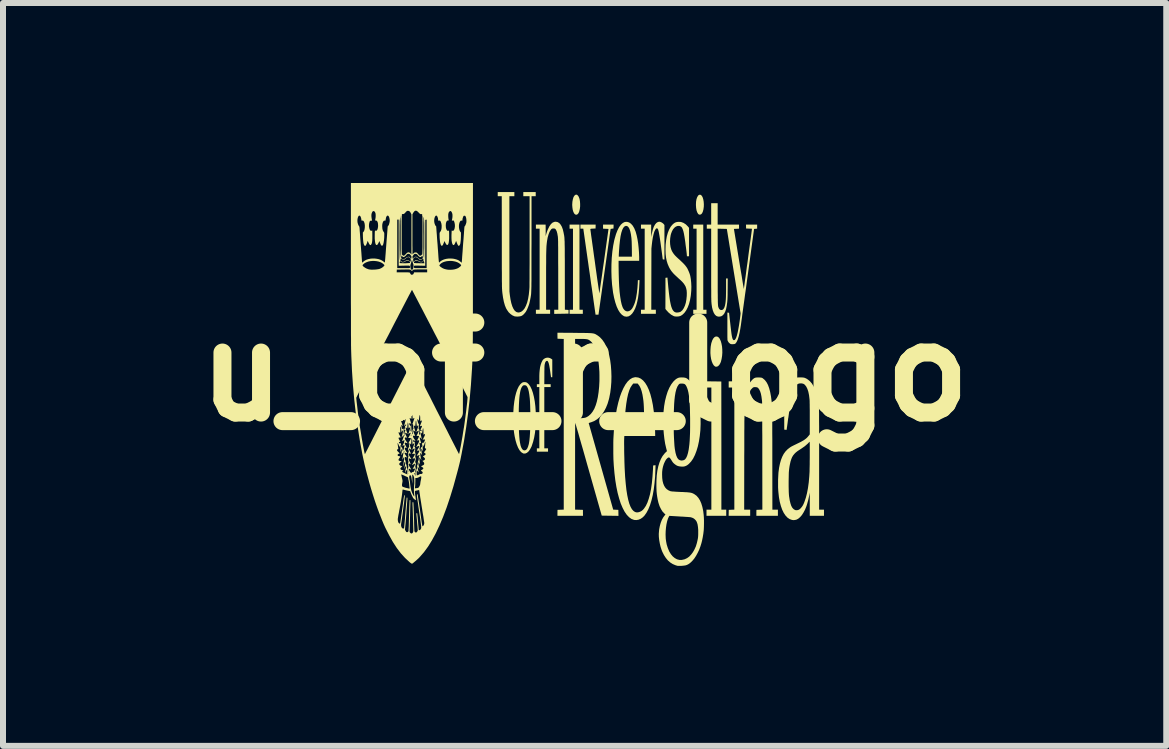
<source format=kicad_pcb>
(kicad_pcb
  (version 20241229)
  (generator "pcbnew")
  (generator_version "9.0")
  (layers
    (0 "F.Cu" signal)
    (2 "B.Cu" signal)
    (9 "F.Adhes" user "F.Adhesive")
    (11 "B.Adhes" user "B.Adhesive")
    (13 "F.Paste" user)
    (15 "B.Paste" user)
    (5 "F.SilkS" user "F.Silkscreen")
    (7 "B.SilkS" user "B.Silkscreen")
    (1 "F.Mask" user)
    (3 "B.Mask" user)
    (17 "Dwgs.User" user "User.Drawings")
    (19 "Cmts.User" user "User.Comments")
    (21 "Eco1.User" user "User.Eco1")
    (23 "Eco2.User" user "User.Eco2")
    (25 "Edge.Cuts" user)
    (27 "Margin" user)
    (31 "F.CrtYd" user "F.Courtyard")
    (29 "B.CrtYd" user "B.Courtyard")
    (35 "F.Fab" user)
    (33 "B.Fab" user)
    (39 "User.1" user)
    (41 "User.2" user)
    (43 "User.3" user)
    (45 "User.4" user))
  (footprint "u_of_r_logo"
    (layer "F.Cu")
    (at 6.693 3.147)
    (property "Reference" "u_of_r_logo" (at 0 0 0) (layer "F.SilkS") (effects (font (size 1.5 1.5) (thickness 0.3))))
    (attr board_only exclude_from_pos_files exclude_from_bom)
    (fp_poly (pts (xy -2.883 1.457) (xy -2.885 1.46) (xy -2.886 1.457) (xy -2.885 1.453)) (stroke (width 0) (type solid)) (fill yes) (layer "F.SilkS"))
    (fp_poly (pts (xy -2.87 1.45) (xy -2.871 1.453) (xy -2.873 1.45) (xy -2.871 1.447)) (stroke (width 0) (type solid)) (fill yes) (layer "F.SilkS"))
    (fp_poly (pts (xy -2.8 1.402) (xy -2.801 1.405) (xy -2.802 1.402) (xy -2.801 1.399)) (stroke (width 0) (type solid)) (fill yes) (layer "F.SilkS"))
    (fp_poly (pts (xy -2.797 1.32) (xy -2.798 1.323) (xy -2.8 1.32) (xy -2.798 1.316)) (stroke (width 0) (type solid)) (fill yes) (layer "F.SilkS"))
    (fp_poly (pts (xy -2.794 1.148) (xy -2.796 1.152) (xy -2.797 1.148) (xy -2.796 1.145)) (stroke (width 0) (type solid)) (fill yes) (layer "F.SilkS"))
    (fp_poly (pts (xy -0.086 -1.745) (xy -0.086 -1.035) (xy -0.058 -1.035) (xy -0.03 -1.035) (xy -0.03 -1.001) (xy -0.03 -0.967) (xy -0.14 -0.967) (xy -0.251 -0.967) (xy -0.251 -1.001) (xy -0.251 -1.035) (xy -0.223 -1.035) (xy -0.194 -1.035) (xy -0.194 -1.71) (xy -0.194 -2.386) (xy -0.223 -2.386) (xy -0.251 -2.386) (xy -0.251 -2.42) (xy -0.251 -2.454) (xy -0.169 -2.454) (xy -0.086 -2.454)) (stroke (width 0) (type solid)) (fill yes) (layer "F.SilkS"))
    (fp_poly (pts (xy 1.977 -1.745) (xy 1.977 -1.035) (xy 2.004 -1.035) (xy 2.031 -1.035) (xy 2.031 -1.001) (xy 2.031 -0.967) (xy 1.92 -0.967) (xy 1.81 -0.967) (xy 1.81 -1.001) (xy 1.81 -1.035) (xy 1.838 -1.035) (xy 1.866 -1.035) (xy 1.866 -1.71) (xy 1.866 -2.386) (xy 1.838 -2.386) (xy 1.81 -2.386) (xy 1.81 -2.42) (xy 1.81 -2.454) (xy 1.893 -2.454) (xy 1.977 -2.454)) (stroke (width 0) (type solid)) (fill yes) (layer "F.SilkS"))
    (fp_poly (pts (xy 2.154 0.159) (xy 2.278 0.161) (xy 2.279 1.229) (xy 2.279 2.297) (xy 2.32 2.297) (xy 2.36 2.297) (xy 2.36 2.348) (xy 2.36 2.399) (xy 2.196 2.399) (xy 2.031 2.399) (xy 2.031 2.348) (xy 2.031 2.297) (xy 2.071 2.297) (xy 2.112 2.297) (xy 2.112 1.279) (xy 2.112 0.261) (xy 2.071 0.261) (xy 2.031 0.261) (xy 2.031 0.209) (xy 2.031 0.158)) (stroke (width 0) (type solid)) (fill yes) (layer "F.SilkS"))
    (fp_poly (pts (xy -0.122 -2.948) (xy -0.106 -2.93) (xy -0.097 -2.914) (xy -0.085 -2.882) (xy -0.078 -2.843) (xy -0.075 -2.801) (xy -0.075 -2.757) (xy -0.08 -2.715) (xy -0.089 -2.678) (xy -0.093 -2.664) (xy -0.107 -2.638) (xy -0.123 -2.623) (xy -0.141 -2.618) (xy -0.159 -2.624) (xy -0.173 -2.638) (xy -0.187 -2.664) (xy -0.198 -2.699) (xy -0.204 -2.74) (xy -0.207 -2.784) (xy -0.204 -2.831) (xy -0.204 -2.834) (xy -0.196 -2.876) (xy -0.186 -2.91) (xy -0.172 -2.934) (xy -0.156 -2.949) (xy -0.139 -2.954)) (stroke (width 0) (type solid)) (fill yes) (layer "F.SilkS"))
    (fp_poly (pts (xy 1.938 -2.948) (xy 1.953 -2.933) (xy 1.967 -2.908) (xy 1.977 -2.875) (xy 1.984 -2.836) (xy 1.987 -2.791) (xy 1.986 -2.753) (xy 1.98 -2.707) (xy 1.97 -2.67) (xy 1.957 -2.642) (xy 1.94 -2.625) (xy 1.921 -2.619) (xy 1.921 -2.619) (xy 1.905 -2.622) (xy 1.892 -2.632) (xy 1.877 -2.657) (xy 1.865 -2.691) (xy 1.858 -2.733) (xy 1.855 -2.781) (xy 1.855 -2.788) (xy 1.857 -2.836) (xy 1.864 -2.877) (xy 1.876 -2.911) (xy 1.891 -2.936) (xy 1.901 -2.946) (xy 1.92 -2.953)) (stroke (width 0) (type solid)) (fill yes) (layer "F.SilkS"))
    (fp_poly (pts (xy 2.207 -0.589) (xy 2.229 -0.578) (xy 2.249 -0.555) (xy 2.253 -0.547) (xy 2.269 -0.513) (xy 2.281 -0.47) (xy 2.29 -0.422) (xy 2.294 -0.371) (xy 2.295 -0.318) (xy 2.291 -0.266) (xy 2.283 -0.216) (xy 2.272 -0.171) (xy 2.263 -0.148) (xy 2.246 -0.118) (xy 2.226 -0.097) (xy 2.205 -0.086) (xy 2.183 -0.086) (xy 2.174 -0.089) (xy 2.153 -0.107) (xy 2.135 -0.135) (xy 2.12 -0.171) (xy 2.108 -0.214) (xy 2.1 -0.263) (xy 2.096 -0.314) (xy 2.097 -0.367) (xy 2.101 -0.421) (xy 2.11 -0.472) (xy 2.114 -0.486) (xy 2.128 -0.527) (xy 2.145 -0.558) (xy 2.165 -0.579) (xy 2.186 -0.589)) (stroke (width 0) (type solid)) (fill yes) (layer "F.SilkS"))
    (fp_poly (pts (xy 1.262 -2.499) (xy 1.279 -2.492) (xy 1.297 -2.481) (xy 1.313 -2.468) (xy 1.322 -2.457) (xy 1.33 -2.447) (xy 1.33 -2.159) (xy 1.33 -1.871) (xy 1.316 -1.873) (xy 1.302 -1.875) (xy 1.275 -2.077) (xy 1.265 -2.151) (xy 1.256 -2.212) (xy 1.248 -2.262) (xy 1.241 -2.302) (xy 1.235 -2.334) (xy 1.229 -2.357) (xy 1.224 -2.374) (xy 1.218 -2.384) (xy 1.212 -2.39) (xy 1.205 -2.392) (xy 1.203 -2.393) (xy 1.189 -2.386) (xy 1.175 -2.366) (xy 1.161 -2.335) (xy 1.149 -2.293) (xy 1.137 -2.241) (xy 1.127 -2.179) (xy 1.12 -2.121) (xy 1.113 -2.053) (xy 1.112 -1.544) (xy 1.111 -1.035) (xy 1.149 -1.035) (xy 1.187 -1.035) (xy 1.187 -1.001) (xy 1.187 -0.967) (xy 1.063 -0.967) (xy 0.939 -0.967) (xy 0.939 -1.001) (xy 0.939 -1.035) (xy 0.97 -1.035) (xy 1.001 -1.035) (xy 1.001 -1.71) (xy 1.001 -2.386) (xy 0.97 -2.386) (xy 0.939 -2.386) (xy 0.939 -2.42) (xy 0.939 -2.454) (xy 1.024 -2.454) (xy 1.109 -2.454) (xy 1.109 -2.35) (xy 1.109 -2.245) (xy 1.12 -2.303) (xy 1.135 -2.365) (xy 1.152 -2.416) (xy 1.173 -2.455) (xy 1.196 -2.482) (xy 1.222 -2.498) (xy 1.247 -2.502)) (stroke (width 0) (type solid)) (fill yes) (layer "F.SilkS"))
    (fp_poly (pts (xy -0.579 -0.23) (xy -0.555 -0.217) (xy -0.554 -0.216) (xy -0.539 -0.205) (xy -0.539 -0.058) (xy -0.539 0.089) (xy -0.55 0.089) (xy -0.56 0.089) (xy -0.572 0.003) (xy -0.581 -0.057) (xy -0.589 -0.103) (xy -0.597 -0.138) (xy -0.606 -0.163) (xy -0.615 -0.178) (xy -0.625 -0.184) (xy -0.632 -0.183) (xy -0.646 -0.175) (xy -0.657 -0.156) (xy -0.665 -0.126) (xy -0.667 -0.116) (xy -0.668 -0.105) (xy -0.669 -0.09) (xy -0.67 -0.069) (xy -0.67 -0.042) (xy -0.671 -0.005) (xy -0.671 0.044) (xy -0.671 0.053) (xy -0.672 0.206) (xy -0.619 0.206) (xy -0.566 0.206) (xy -0.566 0.23) (xy -0.566 0.254) (xy -0.619 0.254) (xy -0.672 0.254) (xy -0.672 0.764) (xy -0.672 1.275) (xy -0.641 1.275) (xy -0.61 1.275) (xy -0.61 1.303) (xy -0.61 1.33) (xy -0.703 1.33) (xy -0.796 1.33) (xy -0.796 1.303) (xy -0.796 1.275) (xy -0.775 1.275) (xy -0.755 1.275) (xy -0.755 0.764) (xy -0.755 0.254) (xy -0.775 0.254) (xy -0.796 0.254) (xy -0.796 0.23) (xy -0.796 0.206) (xy -0.775 0.206) (xy -0.755 0.206) (xy -0.755 0.129) (xy -0.755 0.067) (xy -0.753 0.015) (xy -0.749 -0.028) (xy -0.744 -0.067) (xy -0.742 -0.079) (xy -0.732 -0.119) (xy -0.719 -0.156) (xy -0.704 -0.186) (xy -0.697 -0.198) (xy -0.678 -0.216) (xy -0.655 -0.229) (xy -0.63 -0.236) (xy -0.604 -0.236)) (stroke (width 0) (type solid)) (fill yes) (layer "F.SilkS"))
    (fp_poly (pts (xy 0.183 -2.422) (xy 0.182 -2.389) (xy 0.138 -2.387) (xy 0.121 -2.386) (xy 0.108 -2.385) (xy 0.1 -2.383) (xy 0.096 -2.38) (xy 0.095 -2.377) (xy 0.095 -2.377) (xy 0.102 -2.329) (xy 0.109 -2.273) (xy 0.118 -2.212) (xy 0.127 -2.146) (xy 0.137 -2.075) (xy 0.147 -2.002) (xy 0.157 -1.928) (xy 0.168 -1.853) (xy 0.178 -1.778) (xy 0.188 -1.705) (xy 0.198 -1.635) (xy 0.207 -1.569) (xy 0.216 -1.507) (xy 0.224 -1.452) (xy 0.231 -1.404) (xy 0.237 -1.365) (xy 0.241 -1.334) (xy 0.244 -1.315) (xy 0.245 -1.307) (xy 0.245 -1.306) (xy 0.246 -1.313) (xy 0.249 -1.332) (xy 0.254 -1.362) (xy 0.259 -1.402) (xy 0.266 -1.451) (xy 0.274 -1.508) (xy 0.284 -1.572) (xy 0.294 -1.643) (xy 0.304 -1.718) (xy 0.316 -1.798) (xy 0.323 -1.846) (xy 0.398 -2.382) (xy 0.353 -2.384) (xy 0.307 -2.386) (xy 0.307 -2.42) (xy 0.307 -2.454) (xy 0.395 -2.454) (xy 0.483 -2.454) (xy 0.482 -2.422) (xy 0.481 -2.389) (xy 0.457 -2.386) (xy 0.433 -2.382) (xy 0.332 -1.668) (xy 0.231 -0.953) (xy 0.206 -0.953) (xy 0.182 -0.953) (xy 0.152 -1.164) (xy 0.146 -1.205) (xy 0.139 -1.258) (xy 0.13 -1.321) (xy 0.12 -1.392) (xy 0.108 -1.469) (xy 0.097 -1.551) (xy 0.085 -1.637) (xy 0.072 -1.724) (xy 0.06 -1.811) (xy 0.05 -1.88) (xy -0.022 -2.386) (xy -0.046 -2.386) (xy -0.07 -2.386) (xy -0.07 -2.42) (xy -0.07 -2.454) (xy 0.057 -2.454) (xy 0.184 -2.454)) (stroke (width 0) (type solid)) (fill yes) (layer "F.SilkS"))
    (fp_poly (pts (xy -0.989 0.171) (xy -0.97 0.176) (xy -0.959 0.181) (xy -0.931 0.207) (xy -0.905 0.244) (xy -0.882 0.292) (xy -0.862 0.35) (xy -0.845 0.417) (xy -0.831 0.493) (xy -0.821 0.576) (xy -0.815 0.665) (xy -0.813 0.727) (xy -0.813 0.829) (xy -0.818 0.925) (xy -0.827 1.014) (xy -0.841 1.095) (xy -0.859 1.168) (xy -0.881 1.234) (xy -0.884 1.243) (xy -0.908 1.289) (xy -0.933 1.325) (xy -0.961 1.349) (xy -0.989 1.361) (xy -1.018 1.361) (xy -1.028 1.357) (xy -1.058 1.338) (xy -1.085 1.306) (xy -1.109 1.264) (xy -1.131 1.21) (xy -1.15 1.147) (xy -1.166 1.074) (xy -1.176 1.013) (xy -1.182 0.961) (xy -1.186 0.913) (xy -1.189 0.864) (xy -1.19 0.809) (xy -1.19 0.769) (xy -1.098 0.769) (xy -1.097 0.864) (xy -1.096 0.946) (xy -1.093 1.018) (xy -1.089 1.08) (xy -1.084 1.133) (xy -1.077 1.179) (xy -1.069 1.219) (xy -1.065 1.236) (xy -1.053 1.267) (xy -1.038 1.291) (xy -1.02 1.305) (xy -1 1.309) (xy -0.98 1.303) (xy -0.974 1.299) (xy -0.957 1.279) (xy -0.943 1.247) (xy -0.93 1.203) (xy -0.921 1.149) (xy -0.919 1.131) (xy -0.914 1.079) (xy -0.91 1.016) (xy -0.907 0.945) (xy -0.905 0.868) (xy -0.904 0.788) (xy -0.904 0.707) (xy -0.906 0.628) (xy -0.908 0.554) (xy -0.911 0.486) (xy -0.914 0.444) (xy -0.922 0.378) (xy -0.931 0.325) (xy -0.942 0.283) (xy -0.956 0.252) (xy -0.965 0.239) (xy -0.973 0.23) (xy -0.982 0.226) (xy -0.994 0.223) (xy -1.001 0.223) (xy -1.013 0.224) (xy -1.022 0.226) (xy -1.03 0.232) (xy -1.039 0.242) (xy -1.039 0.242) (xy -1.052 0.262) (xy -1.062 0.287) (xy -1.071 0.319) (xy -1.076 0.346) (xy -1.083 0.388) (xy -1.088 0.434) (xy -1.092 0.487) (xy -1.095 0.548) (xy -1.097 0.619) (xy -1.098 0.701) (xy -1.098 0.769) (xy -1.19 0.769) (xy -1.19 0.761) (xy -1.188 0.666) (xy -1.182 0.576) (xy -1.172 0.494) (xy -1.159 0.418) (xy -1.142 0.351) (xy -1.122 0.293) (xy -1.099 0.245) (xy -1.073 0.208) (xy -1.045 0.182) (xy -1.044 0.182) (xy -1.028 0.174) (xy -1.008 0.171)) (stroke (width 0) (type solid)) (fill yes) (layer "F.SilkS"))
    (fp_poly (pts (xy -0.453 -2.497) (xy -0.425 -2.481) (xy -0.401 -2.455) (xy -0.38 -2.419) (xy -0.363 -2.373) (xy -0.35 -2.317) (xy -0.347 -2.3) (xy -0.344 -2.285) (xy -0.341 -2.27) (xy -0.339 -2.254) (xy -0.337 -2.237) (xy -0.336 -2.218) (xy -0.335 -2.195) (xy -0.333 -2.168) (xy -0.333 -2.135) (xy -0.332 -2.096) (xy -0.331 -2.05) (xy -0.331 -1.996) (xy -0.331 -1.933) (xy -0.33 -1.859) (xy -0.33 -1.774) (xy -0.33 -1.678) (xy -0.33 -1.599) (xy -0.329 -1.036) (xy -0.299 -1.034) (xy -0.268 -1.032) (xy -0.268 -1.001) (xy -0.268 -0.97) (xy -0.388 -0.968) (xy -0.507 -0.966) (xy -0.507 -1.001) (xy -0.507 -1.035) (xy -0.473 -1.035) (xy -0.439 -1.035) (xy -0.44 -1.623) (xy -0.44 -1.726) (xy -0.441 -1.817) (xy -0.441 -1.896) (xy -0.441 -1.964) (xy -0.441 -2.021) (xy -0.441 -2.07) (xy -0.442 -2.111) (xy -0.442 -2.144) (xy -0.442 -2.171) (xy -0.443 -2.193) (xy -0.443 -2.21) (xy -0.444 -2.223) (xy -0.445 -2.234) (xy -0.445 -2.244) (xy -0.446 -2.252) (xy -0.447 -2.258) (xy -0.455 -2.305) (xy -0.465 -2.342) (xy -0.479 -2.37) (xy -0.48 -2.372) (xy -0.487 -2.38) (xy -0.493 -2.385) (xy -0.5 -2.388) (xy -0.51 -2.389) (xy -0.519 -2.389) (xy -0.532 -2.389) (xy -0.541 -2.387) (xy -0.549 -2.383) (xy -0.556 -2.377) (xy -0.564 -2.367) (xy -0.584 -2.335) (xy -0.601 -2.291) (xy -0.616 -2.239) (xy -0.627 -2.178) (xy -0.632 -2.135) (xy -0.634 -2.115) (xy -0.636 -2.094) (xy -0.637 -2.071) (xy -0.638 -2.044) (xy -0.639 -2.012) (xy -0.64 -1.975) (xy -0.641 -1.931) (xy -0.641 -1.879) (xy -0.641 -1.818) (xy -0.642 -1.748) (xy -0.642 -1.667) (xy -0.642 -1.573) (xy -0.642 -1.5) (xy -0.642 -1.035) (xy -0.608 -1.035) (xy -0.575 -1.035) (xy -0.575 -1.001) (xy -0.575 -0.967) (xy -0.693 -0.967) (xy -0.812 -0.967) (xy -0.812 -1.001) (xy -0.812 -1.035) (xy -0.781 -1.035) (xy -0.75 -1.035) (xy -0.75 -1.71) (xy -0.75 -2.386) (xy -0.781 -2.386) (xy -0.812 -2.386) (xy -0.812 -2.42) (xy -0.812 -2.454) (xy -0.731 -2.454) (xy -0.65 -2.454) (xy -0.649 -2.357) (xy -0.649 -2.261) (xy -0.64 -2.295) (xy -0.634 -2.315) (xy -0.626 -2.34) (xy -0.616 -2.366) (xy -0.611 -2.377) (xy -0.587 -2.426) (xy -0.561 -2.463) (xy -0.533 -2.488) (xy -0.502 -2.5) (xy -0.484 -2.502)) (stroke (width 0) (type solid)) (fill yes) (layer "F.SilkS"))
    (fp_poly (pts (xy 0.707 -2.5) (xy 0.741 -2.49) (xy 0.772 -2.469) (xy 0.801 -2.437) (xy 0.827 -2.393) (xy 0.85 -2.337) (xy 0.854 -2.323) (xy 0.868 -2.272) (xy 0.881 -2.21) (xy 0.892 -2.14) (xy 0.9 -2.066) (xy 0.906 -1.991) (xy 0.909 -1.916) (xy 0.909 -1.892) (xy 0.909 -1.851) (xy 0.738 -1.851) (xy 0.566 -1.851) (xy 0.566 -1.764) (xy 0.568 -1.64) (xy 0.571 -1.527) (xy 0.576 -1.424) (xy 0.583 -1.332) (xy 0.593 -1.251) (xy 0.604 -1.181) (xy 0.617 -1.124) (xy 0.632 -1.079) (xy 0.644 -1.055) (xy 0.663 -1.03) (xy 0.685 -1.014) (xy 0.709 -1.007) (xy 0.734 -1.011) (xy 0.756 -1.021) (xy 0.775 -1.036) (xy 0.792 -1.056) (xy 0.807 -1.082) (xy 0.823 -1.117) (xy 0.826 -1.124) (xy 0.837 -1.153) (xy 0.845 -1.18) (xy 0.852 -1.208) (xy 0.859 -1.241) (xy 0.871 -1.316) (xy 0.88 -1.397) (xy 0.885 -1.469) (xy 0.886 -1.495) (xy 0.887 -1.515) (xy 0.887 -1.525) (xy 0.887 -1.526) (xy 0.89 -1.528) (xy 0.896 -1.529) (xy 0.901 -1.529) (xy 0.915 -1.529) (xy 0.913 -1.483) (xy 0.908 -1.39) (xy 0.9 -1.307) (xy 0.89 -1.233) (xy 0.876 -1.165) (xy 0.862 -1.112) (xy 0.842 -1.056) (xy 0.818 -1.009) (xy 0.792 -0.971) (xy 0.763 -0.943) (xy 0.732 -0.925) (xy 0.699 -0.919) (xy 0.667 -0.924) (xy 0.654 -0.929) (xy 0.621 -0.951) (xy 0.589 -0.986) (xy 0.56 -1.032) (xy 0.534 -1.089) (xy 0.511 -1.157) (xy 0.491 -1.234) (xy 0.474 -1.32) (xy 0.462 -1.414) (xy 0.457 -1.455) (xy 0.449 -1.568) (xy 0.446 -1.68) (xy 0.447 -1.792) (xy 0.452 -1.9) (xy 0.454 -1.92) (xy 0.569 -1.92) (xy 0.679 -1.92) (xy 0.788 -1.92) (xy 0.787 -2.048) (xy 0.786 -2.101) (xy 0.785 -2.142) (xy 0.784 -2.175) (xy 0.782 -2.203) (xy 0.78 -2.228) (xy 0.78 -2.23) (xy 0.771 -2.294) (xy 0.76 -2.345) (xy 0.746 -2.385) (xy 0.729 -2.413) (xy 0.71 -2.429) (xy 0.689 -2.433) (xy 0.685 -2.432) (xy 0.663 -2.422) (xy 0.644 -2.4) (xy 0.627 -2.366) (xy 0.612 -2.32) (xy 0.599 -2.262) (xy 0.589 -2.191) (xy 0.58 -2.108) (xy 0.573 -2.012) (xy 0.57 -1.959) (xy 0.569 -1.92) (xy 0.454 -1.92) (xy 0.462 -2.004) (xy 0.476 -2.102) (xy 0.494 -2.194) (xy 0.501 -2.22) (xy 0.523 -2.296) (xy 0.548 -2.36) (xy 0.575 -2.413) (xy 0.605 -2.454) (xy 0.637 -2.482) (xy 0.67 -2.498) (xy 0.705 -2.5)) (stroke (width 0) (type solid)) (fill yes) (layer "F.SilkS"))
    (fp_poly (pts (xy -1.171 -2.962) (xy -1.171 -2.927) (xy -1.212 -2.927) (xy -1.254 -2.927) (xy -1.254 -2.134) (xy -1.253 -1.34) (xy -1.247 -1.285) (xy -1.236 -1.21) (xy -1.222 -1.145) (xy -1.205 -1.091) (xy -1.185 -1.048) (xy -1.163 -1.017) (xy -1.137 -0.997) (xy -1.109 -0.989) (xy -1.091 -0.99) (xy -1.058 -1.001) (xy -1.028 -1.024) (xy -1.001 -1.057) (xy -0.978 -1.101) (xy -0.958 -1.154) (xy -0.942 -1.217) (xy -0.93 -1.289) (xy -0.922 -1.369) (xy -0.92 -1.398) (xy -0.919 -1.416) (xy -0.919 -1.448) (xy -0.919 -1.492) (xy -0.918 -1.55) (xy -0.918 -1.62) (xy -0.918 -1.703) (xy -0.917 -1.798) (xy -0.917 -1.905) (xy -0.917 -2.025) (xy -0.917 -2.155) (xy -0.917 -2.192) (xy -0.917 -2.927) (xy -0.97 -2.927) (xy -1.022 -2.927) (xy -1.022 -2.962) (xy -1.022 -2.996) (xy -0.918 -2.996) (xy -0.815 -2.996) (xy -0.815 -2.962) (xy -0.815 -2.927) (xy -0.85 -2.927) (xy -0.885 -2.927) (xy -0.885 -2.137) (xy -0.886 -2.014) (xy -0.886 -1.904) (xy -0.886 -1.806) (xy -0.886 -1.719) (xy -0.886 -1.643) (xy -0.886 -1.577) (xy -0.886 -1.519) (xy -0.887 -1.469) (xy -0.887 -1.427) (xy -0.888 -1.391) (xy -0.889 -1.361) (xy -0.89 -1.335) (xy -0.891 -1.314) (xy -0.892 -1.296) (xy -0.894 -1.28) (xy -0.896 -1.266) (xy -0.898 -1.253) (xy -0.9 -1.24) (xy -0.903 -1.226) (xy -0.906 -1.21) (xy -0.908 -1.2) (xy -0.915 -1.168) (xy -0.921 -1.142) (xy -0.928 -1.118) (xy -0.938 -1.091) (xy -0.944 -1.076) (xy -0.956 -1.047) (xy -0.966 -1.026) (xy -0.976 -1.008) (xy -0.987 -0.991) (xy -0.993 -0.985) (xy -1.011 -0.963) (xy -1.029 -0.947) (xy -1.046 -0.935) (xy -1.064 -0.928) (xy -1.086 -0.924) (xy -1.105 -0.922) (xy -1.121 -0.921) (xy -1.138 -0.922) (xy -1.154 -0.923) (xy -1.166 -0.925) (xy -1.169 -0.926) (xy -1.203 -0.941) (xy -1.236 -0.964) (xy -1.266 -0.993) (xy -1.292 -1.03) (xy -1.309 -1.059) (xy -1.329 -1.108) (xy -1.346 -1.168) (xy -1.36 -1.238) (xy -1.371 -1.317) (xy -1.374 -1.347) (xy -1.375 -1.357) (xy -1.375 -1.367) (xy -1.376 -1.378) (xy -1.377 -1.391) (xy -1.377 -1.406) (xy -1.378 -1.424) (xy -1.378 -1.447) (xy -1.378 -1.475) (xy -1.379 -1.508) (xy -1.379 -1.549) (xy -1.379 -1.596) (xy -1.379 -1.652) (xy -1.38 -1.717) (xy -1.38 -1.792) (xy -1.38 -1.877) (xy -1.38 -1.974) (xy -1.38 -2.083) (xy -1.38 -2.168) (xy -1.381 -2.927) (xy -1.415 -2.927) (xy -1.448 -2.927) (xy -1.448 -2.962) (xy -1.448 -2.996) (xy -1.31 -2.996) (xy -1.171 -2.996)) (stroke (width 0) (type solid)) (fill yes) (layer "F.SilkS"))
    (fp_poly (pts (xy 2.916 0.094) (xy 2.931 0.095) (xy 2.943 0.096) (xy 2.952 0.099) (xy 2.96 0.102) (xy 2.969 0.107) (xy 2.971 0.109) (xy 3.003 0.136) (xy 3.031 0.172) (xy 3.055 0.217) (xy 3.075 0.271) (xy 3.092 0.335) (xy 3.106 0.41) (xy 3.117 0.496) (xy 3.122 0.555) (xy 3.123 0.565) (xy 3.124 0.577) (xy 3.124 0.59) (xy 3.125 0.608) (xy 3.125 0.629) (xy 3.126 0.654) (xy 3.126 0.685) (xy 3.126 0.723) (xy 3.127 0.767) (xy 3.127 0.819) (xy 3.127 0.88) (xy 3.127 0.949) (xy 3.127 1.029) (xy 3.128 1.119) (xy 3.128 1.221) (xy 3.128 1.335) (xy 3.128 1.455) (xy 3.129 2.297) (xy 3.175 2.297) (xy 3.221 2.297) (xy 3.221 2.348) (xy 3.221 2.399) (xy 3.041 2.399) (xy 2.862 2.399) (xy 2.862 2.35) (xy 2.863 2.3) (xy 2.912 2.298) (xy 2.962 2.296) (xy 2.961 1.407) (xy 2.961 1.278) (xy 2.961 1.161) (xy 2.961 1.057) (xy 2.96 0.964) (xy 2.96 0.883) (xy 2.96 0.811) (xy 2.96 0.749) (xy 2.96 0.695) (xy 2.959 0.649) (xy 2.959 0.611) (xy 2.959 0.578) (xy 2.959 0.552) (xy 2.958 0.531) (xy 2.958 0.514) (xy 2.957 0.5) (xy 2.957 0.49) (xy 2.956 0.481) (xy 2.955 0.474) (xy 2.947 0.412) (xy 2.937 0.362) (xy 2.924 0.322) (xy 2.908 0.291) (xy 2.9 0.28) (xy 2.892 0.27) (xy 2.885 0.264) (xy 2.878 0.26) (xy 2.868 0.257) (xy 2.856 0.255) (xy 2.851 0.255) (xy 2.836 0.254) (xy 2.825 0.255) (xy 2.815 0.257) (xy 2.806 0.262) (xy 2.799 0.267) (xy 2.772 0.295) (xy 2.747 0.335) (xy 2.725 0.386) (xy 2.706 0.449) (xy 2.69 0.523) (xy 2.677 0.608) (xy 2.667 0.704) (xy 2.666 0.72) (xy 2.665 0.73) (xy 2.664 0.742) (xy 2.664 0.756) (xy 2.663 0.774) (xy 2.663 0.795) (xy 2.662 0.821) (xy 2.662 0.853) (xy 2.662 0.892) (xy 2.662 0.937) (xy 2.661 0.991) (xy 2.661 1.053) (xy 2.661 1.125) (xy 2.661 1.207) (xy 2.661 1.301) (xy 2.66 1.407) (xy 2.66 1.525) (xy 2.66 1.537) (xy 2.659 2.297) (xy 2.709 2.297) (xy 2.759 2.297) (xy 2.759 2.348) (xy 2.759 2.399) (xy 2.58 2.399) (xy 2.4 2.399) (xy 2.401 2.35) (xy 2.402 2.3) (xy 2.448 2.298) (xy 2.495 2.296) (xy 2.495 1.278) (xy 2.495 0.261) (xy 2.448 0.261) (xy 2.401 0.261) (xy 2.401 0.209) (xy 2.401 0.158) (xy 2.523 0.158) (xy 2.646 0.158) (xy 2.646 0.31) (xy 2.646 0.463) (xy 2.661 0.404) (xy 2.682 0.337) (xy 2.706 0.274) (xy 2.732 0.219) (xy 2.759 0.173) (xy 2.783 0.144) (xy 2.799 0.127) (xy 2.814 0.114) (xy 2.827 0.105) (xy 2.841 0.099) (xy 2.857 0.095) (xy 2.875 0.094) (xy 2.897 0.093)) (stroke (width 0) (type solid)) (fill yes) (layer "F.SilkS"))
    (fp_poly (pts (xy 0.896 0.095) (xy 0.936 0.113) (xy 0.974 0.143) (xy 1.009 0.184) (xy 1.041 0.236) (xy 1.07 0.299) (xy 1.096 0.373) (xy 1.118 0.457) (xy 1.137 0.551) (xy 1.152 0.656) (xy 1.158 0.71) (xy 1.163 0.768) (xy 1.168 0.835) (xy 1.172 0.908) (xy 1.174 0.983) (xy 1.175 0.999) (xy 1.176 1.069) (xy 0.919 1.069) (xy 0.662 1.069) (xy 0.66 1.095) (xy 0.659 1.12) (xy 0.658 1.156) (xy 0.658 1.201) (xy 0.659 1.254) (xy 0.659 1.312) (xy 0.66 1.372) (xy 0.662 1.434) (xy 0.663 1.494) (xy 0.665 1.551) (xy 0.667 1.603) (xy 0.668 1.625) (xy 0.675 1.751) (xy 0.685 1.864) (xy 0.696 1.965) (xy 0.71 2.054) (xy 0.726 2.13) (xy 0.744 2.195) (xy 0.765 2.248) (xy 0.788 2.289) (xy 0.814 2.318) (xy 0.841 2.336) (xy 0.872 2.343) (xy 0.901 2.339) (xy 0.927 2.33) (xy 0.951 2.317) (xy 0.973 2.298) (xy 0.991 2.277) (xy 1.02 2.234) (xy 1.046 2.18) (xy 1.069 2.114) (xy 1.09 2.038) (xy 1.107 1.951) (xy 1.121 1.853) (xy 1.131 1.746) (xy 1.139 1.628) (xy 1.142 1.56) (xy 1.162 1.558) (xy 1.182 1.556) (xy 1.18 1.623) (xy 1.175 1.743) (xy 1.165 1.855) (xy 1.152 1.96) (xy 1.135 2.056) (xy 1.114 2.143) (xy 1.09 2.221) (xy 1.062 2.29) (xy 1.031 2.348) (xy 0.998 2.395) (xy 0.967 2.426) (xy 0.934 2.449) (xy 0.898 2.464) (xy 0.862 2.47) (xy 0.826 2.468) (xy 0.823 2.467) (xy 0.78 2.451) (xy 0.74 2.422) (xy 0.702 2.382) (xy 0.666 2.33) (xy 0.633 2.267) (xy 0.602 2.194) (xy 0.575 2.11) (xy 0.55 2.017) (xy 0.529 1.916) (xy 0.511 1.805) (xy 0.497 1.687) (xy 0.486 1.561) (xy 0.48 1.459) (xy 0.479 1.413) (xy 0.478 1.359) (xy 0.478 1.298) (xy 0.478 1.237) (xy 0.478 1.179) (xy 0.479 1.128) (xy 0.48 1.105) (xy 0.488 0.972) (xy 0.489 0.967) (xy 0.664 0.967) (xy 0.828 0.967) (xy 0.993 0.967) (xy 0.992 0.797) (xy 0.991 0.715) (xy 0.989 0.645) (xy 0.987 0.585) (xy 0.984 0.532) (xy 0.98 0.485) (xy 0.974 0.441) (xy 0.967 0.398) (xy 0.964 0.379) (xy 0.95 0.321) (xy 0.933 0.272) (xy 0.913 0.233) (xy 0.904 0.221) (xy 0.884 0.195) (xy 0.847 0.195) (xy 0.81 0.195) (xy 0.787 0.225) (xy 0.764 0.261) (xy 0.743 0.31) (xy 0.724 0.372) (xy 0.708 0.446) (xy 0.694 0.532) (xy 0.682 0.631) (xy 0.677 0.686) (xy 0.674 0.723) (xy 0.672 0.766) (xy 0.669 0.811) (xy 0.667 0.855) (xy 0.665 0.894) (xy 0.664 0.926) (xy 0.664 0.94) (xy 0.664 0.967) (xy 0.489 0.967) (xy 0.5 0.845) (xy 0.517 0.726) (xy 0.537 0.614) (xy 0.561 0.51) (xy 0.588 0.416) (xy 0.612 0.349) (xy 0.645 0.274) (xy 0.68 0.211) (xy 0.717 0.161) (xy 0.755 0.125) (xy 0.795 0.101) (xy 0.836 0.09) (xy 0.852 0.089)) (stroke (width 0) (type solid)) (fill yes) (layer "F.SilkS"))
    (fp_poly (pts (xy -0.16 -0.65) (xy -0.112 -0.649) (xy -0.07 -0.649) (xy -0.032 -0.648) (xy 0.001 -0.648) (xy 0.031 -0.647) (xy 0.056 -0.647) (xy 0.079 -0.646) (xy 0.098 -0.645) (xy 0.115 -0.644) (xy 0.13 -0.642) (xy 0.142 -0.64) (xy 0.153 -0.638) (xy 0.163 -0.635) (xy 0.172 -0.632) (xy 0.18 -0.628) (xy 0.188 -0.624) (xy 0.196 -0.619) (xy 0.205 -0.613) (xy 0.215 -0.607) (xy 0.216 -0.607) (xy 0.257 -0.575) (xy 0.295 -0.534) (xy 0.329 -0.485) (xy 0.359 -0.428) (xy 0.384 -0.364) (xy 0.406 -0.292) (xy 0.422 -0.213) (xy 0.425 -0.2) (xy 0.437 -0.11) (xy 0.444 -0.017) (xy 0.447 0.077) (xy 0.445 0.17) (xy 0.438 0.261) (xy 0.427 0.348) (xy 0.411 0.43) (xy 0.404 0.459) (xy 0.382 0.533) (xy 0.355 0.599) (xy 0.324 0.658) (xy 0.289 0.71) (xy 0.25 0.755) (xy 0.207 0.791) (xy 0.161 0.819) (xy 0.117 0.837) (xy 0.105 0.841) (xy 0.092 0.845) (xy 0.082 0.848) (xy 0.08 0.849) (xy 0.068 0.854) (xy 0.272 1.575) (xy 0.476 2.296) (xy 0.519 2.298) (xy 0.562 2.3) (xy 0.563 2.35) (xy 0.564 2.4) (xy 0.424 2.398) (xy 0.285 2.396) (xy 0.066 1.625) (xy 0.04 1.534) (xy 0.015 1.445) (xy -0.009 1.36) (xy -0.032 1.279) (xy -0.054 1.204) (xy -0.074 1.134) (xy -0.092 1.07) (xy -0.108 1.013) (xy -0.123 0.964) (xy -0.135 0.923) (xy -0.144 0.89) (xy -0.151 0.867) (xy -0.155 0.854) (xy -0.156 0.852) (xy -0.156 0.854) (xy -0.157 0.861) (xy -0.157 0.875) (xy -0.158 0.895) (xy -0.158 0.923) (xy -0.158 0.958) (xy -0.158 1.003) (xy -0.159 1.056) (xy -0.159 1.12) (xy -0.159 1.195) (xy -0.159 1.28) (xy -0.159 1.378) (xy -0.159 1.488) (xy -0.159 1.573) (xy -0.159 2.296) (xy -0.094 2.298) (xy -0.028 2.3) (xy -0.028 2.35) (xy -0.027 2.399) (xy -0.24 2.399) (xy -0.453 2.399) (xy -0.453 2.35) (xy -0.452 2.3) (xy -0.4 2.298) (xy -0.348 2.296) (xy -0.348 0.874) (xy -0.348 -0.548) (xy -0.356 -0.548) (xy -0.159 -0.548) (xy -0.159 0.114) (xy -0.159 0.776) (xy -0.079 0.773) (xy -0.052 0.772) (xy -0.03 0.77) (xy -0.012 0.768) (xy 0.003 0.765) (xy 0.016 0.762) (xy 0.026 0.758) (xy 0.027 0.758) (xy 0.067 0.734) (xy 0.103 0.702) (xy 0.134 0.662) (xy 0.162 0.614) (xy 0.185 0.557) (xy 0.203 0.498) (xy 0.22 0.422) (xy 0.233 0.337) (xy 0.242 0.246) (xy 0.247 0.151) (xy 0.247 0.052) (xy 0.246 -0.002) (xy 0.239 -0.099) (xy 0.229 -0.187) (xy 0.215 -0.267) (xy 0.197 -0.337) (xy 0.175 -0.398) (xy 0.15 -0.449) (xy 0.121 -0.49) (xy 0.1 -0.511) (xy 0.088 -0.52) (xy 0.078 -0.528) (xy 0.067 -0.534) (xy 0.055 -0.539) (xy 0.042 -0.543) (xy 0.026 -0.545) (xy 0.008 -0.547) (xy -0.014 -0.548) (xy -0.04 -0.548) (xy -0.062 -0.548) (xy -0.159 -0.548) (xy -0.356 -0.548) (xy -0.4 -0.55) (xy -0.452 -0.552) (xy -0.453 -0.602) (xy -0.453 -0.652)) (stroke (width 0) (type solid)) (fill yes) (layer "F.SilkS"))
    (fp_poly (pts (xy 1.605 -2.498) (xy 1.647 -2.483) (xy 1.687 -2.457) (xy 1.72 -2.424) (xy 1.74 -2.4) (xy 1.74 -2.163) (xy 1.74 -1.926) (xy 1.723 -1.926) (xy 1.705 -1.926) (xy 1.701 -1.973) (xy 1.696 -2.016) (xy 1.69 -2.064) (xy 1.683 -2.115) (xy 1.677 -2.166) (xy 1.67 -2.213) (xy 1.664 -2.253) (xy 1.658 -2.285) (xy 1.657 -2.294) (xy 1.646 -2.342) (xy 1.634 -2.378) (xy 1.622 -2.404) (xy 1.606 -2.42) (xy 1.588 -2.429) (xy 1.576 -2.432) (xy 1.548 -2.431) (xy 1.521 -2.421) (xy 1.496 -2.402) (xy 1.474 -2.376) (xy 1.456 -2.343) (xy 1.441 -2.304) (xy 1.434 -2.278) (xy 1.426 -2.227) (xy 1.423 -2.176) (xy 1.425 -2.127) (xy 1.432 -2.08) (xy 1.436 -2.066) (xy 1.444 -2.039) (xy 1.455 -2.013) (xy 1.469 -1.989) (xy 1.486 -1.964) (xy 1.507 -1.939) (xy 1.533 -1.913) (xy 1.562 -1.886) (xy 1.592 -1.859) (xy 1.617 -1.835) (xy 1.639 -1.814) (xy 1.657 -1.795) (xy 1.673 -1.778) (xy 1.686 -1.761) (xy 1.698 -1.745) (xy 1.709 -1.728) (xy 1.713 -1.721) (xy 1.725 -1.696) (xy 1.739 -1.664) (xy 1.751 -1.632) (xy 1.76 -1.601) (xy 1.761 -1.597) (xy 1.77 -1.544) (xy 1.776 -1.484) (xy 1.779 -1.419) (xy 1.777 -1.351) (xy 1.771 -1.284) (xy 1.768 -1.261) (xy 1.756 -1.194) (xy 1.74 -1.132) (xy 1.719 -1.076) (xy 1.694 -1.027) (xy 1.666 -0.987) (xy 1.634 -0.955) (xy 1.606 -0.936) (xy 1.589 -0.929) (xy 1.568 -0.924) (xy 1.545 -0.922) (xy 1.523 -0.922) (xy 1.502 -0.924) (xy 1.485 -0.929) (xy 1.441 -0.953) (xy 1.399 -0.988) (xy 1.364 -1.026) (xy 1.346 -1.049) (xy 1.347 -1.308) (xy 1.347 -1.567) (xy 1.364 -1.569) (xy 1.38 -1.571) (xy 1.386 -1.503) (xy 1.395 -1.406) (xy 1.404 -1.322) (xy 1.413 -1.249) (xy 1.422 -1.187) (xy 1.432 -1.136) (xy 1.442 -1.094) (xy 1.454 -1.06) (xy 1.466 -1.034) (xy 1.48 -1.015) (xy 1.495 -1.001) (xy 1.51 -0.993) (xy 1.527 -0.989) (xy 1.546 -0.989) (xy 1.566 -0.991) (xy 1.586 -0.996) (xy 1.602 -1.003) (xy 1.604 -1.005) (xy 1.63 -1.028) (xy 1.652 -1.061) (xy 1.671 -1.102) (xy 1.686 -1.15) (xy 1.696 -1.205) (xy 1.702 -1.266) (xy 1.702 -1.266) (xy 1.703 -1.316) (xy 1.7 -1.358) (xy 1.692 -1.393) (xy 1.681 -1.425) (xy 1.671 -1.442) (xy 1.662 -1.456) (xy 1.653 -1.47) (xy 1.641 -1.484) (xy 1.628 -1.499) (xy 1.612 -1.515) (xy 1.592 -1.534) (xy 1.567 -1.556) (xy 1.562 -1.561) (xy 1.531 -1.59) (xy 1.504 -1.615) (xy 1.481 -1.638) (xy 1.462 -1.66) (xy 1.445 -1.681) (xy 1.431 -1.702) (xy 1.418 -1.723) (xy 1.406 -1.746) (xy 1.405 -1.748) (xy 1.384 -1.797) (xy 1.368 -1.848) (xy 1.357 -1.903) (xy 1.35 -1.963) (xy 1.348 -2.03) (xy 1.348 -2.04) (xy 1.35 -2.118) (xy 1.358 -2.191) (xy 1.37 -2.258) (xy 1.387 -2.319) (xy 1.408 -2.371) (xy 1.433 -2.416) (xy 1.446 -2.433) (xy 1.467 -2.457) (xy 1.487 -2.474) (xy 1.507 -2.487) (xy 1.529 -2.495) (xy 1.554 -2.499) (xy 1.56 -2.5)) (stroke (width 0) (type solid)) (fill yes) (layer "F.SilkS"))
    (fp_poly (pts (xy 2.217 -2.633) (xy 2.217 -2.454) (xy 2.395 -2.454) (xy 2.573 -2.454) (xy 2.573 -2.42) (xy 2.573 -2.386) (xy 2.53 -2.384) (xy 2.488 -2.382) (xy 2.57 -1.881) (xy 2.583 -1.802) (xy 2.595 -1.728) (xy 2.607 -1.658) (xy 2.618 -1.594) (xy 2.627 -1.536) (xy 2.635 -1.486) (xy 2.642 -1.445) (xy 2.648 -1.413) (xy 2.651 -1.392) (xy 2.653 -1.382) (xy 2.653 -1.381) (xy 2.654 -1.387) (xy 2.657 -1.406) (xy 2.661 -1.435) (xy 2.666 -1.473) (xy 2.672 -1.519) (xy 2.68 -1.572) (xy 2.688 -1.631) (xy 2.696 -1.694) (xy 2.705 -1.761) (xy 2.715 -1.829) (xy 2.724 -1.899) (xy 2.733 -1.968) (xy 2.742 -2.035) (xy 2.751 -2.1) (xy 2.759 -2.16) (xy 2.767 -2.216) (xy 2.773 -2.264) (xy 2.779 -2.305) (xy 2.783 -2.338) (xy 2.786 -2.36) (xy 2.787 -2.37) (xy 2.789 -2.385) (xy 2.74 -2.387) (xy 2.691 -2.389) (xy 2.69 -2.422) (xy 2.689 -2.454) (xy 2.782 -2.454) (xy 2.875 -2.454) (xy 2.875 -2.42) (xy 2.875 -2.386) (xy 2.849 -2.384) (xy 2.824 -2.382) (xy 2.715 -1.587) (xy 2.701 -1.485) (xy 2.688 -1.387) (xy 2.674 -1.291) (xy 2.662 -1.201) (xy 2.65 -1.115) (xy 2.639 -1.036) (xy 2.629 -0.964) (xy 2.621 -0.9) (xy 2.613 -0.845) (xy 2.607 -0.8) (xy 2.602 -0.765) (xy 2.598 -0.742) (xy 2.597 -0.732) (xy 2.583 -0.655) (xy 2.568 -0.59) (xy 2.552 -0.539) (xy 2.534 -0.5) (xy 2.522 -0.482) (xy 2.516 -0.474) (xy 2.509 -0.469) (xy 2.502 -0.465) (xy 2.493 -0.463) (xy 2.481 -0.462) (xy 2.472 -0.461) (xy 2.452 -0.461) (xy 2.437 -0.463) (xy 2.426 -0.468) (xy 2.423 -0.47) (xy 2.403 -0.487) (xy 2.389 -0.509) (xy 2.385 -0.516) (xy 2.383 -0.52) (xy 2.382 -0.525) (xy 2.381 -0.532) (xy 2.38 -0.542) (xy 2.38 -0.557) (xy 2.379 -0.579) (xy 2.379 -0.609) (xy 2.379 -0.648) (xy 2.379 -0.697) (xy 2.379 -0.759) (xy 2.379 -0.988) (xy 2.393 -0.986) (xy 2.407 -0.984) (xy 2.426 -0.816) (xy 2.434 -0.745) (xy 2.441 -0.686) (xy 2.447 -0.638) (xy 2.453 -0.6) (xy 2.459 -0.572) (xy 2.465 -0.552) (xy 2.472 -0.538) (xy 2.479 -0.531) (xy 2.487 -0.528) (xy 2.489 -0.528) (xy 2.502 -0.532) (xy 2.514 -0.547) (xy 2.526 -0.571) (xy 2.538 -0.607) (xy 2.55 -0.655) (xy 2.56 -0.703) (xy 2.575 -0.788) (xy 2.588 -0.878) (xy 2.596 -0.943) (xy 2.599 -0.977) (xy 2.484 -1.68) (xy 2.37 -2.382) (xy 2.293 -2.384) (xy 2.217 -2.386) (xy 2.218 -1.757) (xy 2.218 -1.648) (xy 2.218 -1.552) (xy 2.218 -1.468) (xy 2.218 -1.395) (xy 2.218 -1.332) (xy 2.219 -1.279) (xy 2.219 -1.234) (xy 2.22 -1.197) (xy 2.22 -1.167) (xy 2.221 -1.143) (xy 2.222 -1.125) (xy 2.223 -1.11) (xy 2.224 -1.099) (xy 2.225 -1.091) (xy 2.227 -1.084) (xy 2.229 -1.078) (xy 2.231 -1.073) (xy 2.231 -1.071) (xy 2.241 -1.051) (xy 2.252 -1.039) (xy 2.266 -1.032) (xy 2.271 -1.03) (xy 2.292 -1.031) (xy 2.311 -1.043) (xy 2.326 -1.066) (xy 2.338 -1.1) (xy 2.346 -1.14) (xy 2.35 -1.171) (xy 2.353 -1.206) (xy 2.355 -1.249) (xy 2.356 -1.299) (xy 2.357 -1.361) (xy 2.357 -1.42) (xy 2.357 -1.556) (xy 2.371 -1.556) (xy 2.385 -1.556) (xy 2.384 -1.387) (xy 2.383 -1.331) (xy 2.383 -1.286) (xy 2.382 -1.252) (xy 2.381 -1.224) (xy 2.38 -1.201) (xy 2.378 -1.181) (xy 2.377 -1.164) (xy 2.368 -1.099) (xy 2.357 -1.044) (xy 2.342 -1.001) (xy 2.324 -0.967) (xy 2.303 -0.943) (xy 2.278 -0.927) (xy 2.253 -0.921) (xy 2.223 -0.921) (xy 2.196 -0.931) (xy 2.173 -0.951) (xy 2.153 -0.982) (xy 2.137 -1.022) (xy 2.124 -1.073) (xy 2.115 -1.134) (xy 2.115 -1.141) (xy 2.114 -1.151) (xy 2.113 -1.161) (xy 2.112 -1.172) (xy 2.112 -1.185) (xy 2.111 -1.202) (xy 2.111 -1.222) (xy 2.11 -1.247) (xy 2.11 -1.277) (xy 2.11 -1.315) (xy 2.11 -1.36) (xy 2.109 -1.413) (xy 2.109 -1.476) (xy 2.109 -1.55) (xy 2.109 -1.635) (xy 2.109 -1.732) (xy 2.109 -1.79) (xy 2.109 -2.386) (xy 2.073 -2.386) (xy 2.036 -2.386) (xy 2.036 -2.42) (xy 2.036 -2.454) (xy 2.073 -2.454) (xy 2.109 -2.454) (xy 2.109 -2.633) (xy 2.109 -2.811) (xy 2.163 -2.811) (xy 2.217 -2.811)) (stroke (width 0) (type solid)) (fill yes) (layer "F.SilkS"))
    (fp_poly (pts (xy 3.616 0.093) (xy 3.636 0.094) (xy 3.653 0.096) (xy 3.668 0.1) (xy 3.682 0.106) (xy 3.697 0.113) (xy 3.713 0.124) (xy 3.719 0.127) (xy 3.755 0.157) (xy 3.788 0.195) (xy 3.817 0.243) (xy 3.843 0.297) (xy 3.865 0.359) (xy 3.883 0.424) (xy 3.895 0.493) (xy 3.903 0.568) (xy 3.905 0.603) (xy 3.906 0.62) (xy 3.906 0.651) (xy 3.907 0.696) (xy 3.907 0.753) (xy 3.907 0.824) (xy 3.908 0.907) (xy 3.908 1.003) (xy 3.908 1.111) (xy 3.908 1.232) (xy 3.908 1.365) (xy 3.908 1.479) (xy 3.908 2.297) (xy 3.949 2.297) (xy 3.989 2.297) (xy 3.989 2.348) (xy 3.989 2.399) (xy 3.871 2.399) (xy 3.752 2.399) (xy 3.752 2.206) (xy 3.752 2.012) (xy 3.743 2.061) (xy 3.727 2.135) (xy 3.706 2.209) (xy 3.696 2.24) (xy 3.674 2.295) (xy 3.648 2.344) (xy 3.62 2.388) (xy 3.589 2.423) (xy 3.558 2.449) (xy 3.528 2.464) (xy 3.524 2.465) (xy 3.507 2.468) (xy 3.495 2.47) (xy 3.483 2.471) (xy 3.472 2.47) (xy 3.458 2.468) (xy 3.456 2.468) (xy 3.417 2.454) (xy 3.381 2.43) (xy 3.349 2.396) (xy 3.319 2.352) (xy 3.293 2.299) (xy 3.271 2.237) (xy 3.252 2.166) (xy 3.238 2.088) (xy 3.229 2.003) (xy 3.227 1.98) (xy 3.224 1.925) (xy 3.224 1.862) (xy 3.224 1.844) (xy 3.4 1.844) (xy 3.4 1.908) (xy 3.401 1.96) (xy 3.402 2.003) (xy 3.404 2.04) (xy 3.407 2.073) (xy 3.412 2.104) (xy 3.417 2.136) (xy 3.417 2.138) (xy 3.43 2.192) (xy 3.444 2.234) (xy 3.462 2.266) (xy 3.484 2.289) (xy 3.508 2.303) (xy 3.525 2.306) (xy 3.545 2.305) (xy 3.565 2.3) (xy 3.579 2.292) (xy 3.589 2.285) (xy 3.601 2.273) (xy 3.613 2.259) (xy 3.617 2.254) (xy 3.628 2.239) (xy 3.638 2.223) (xy 3.648 2.203) (xy 3.659 2.177) (xy 3.664 2.164) (xy 3.687 2.096) (xy 3.706 2.021) (xy 3.722 1.937) (xy 3.735 1.843) (xy 3.744 1.74) (xy 3.748 1.675) (xy 3.749 1.653) (xy 3.749 1.621) (xy 3.75 1.582) (xy 3.751 1.537) (xy 3.751 1.488) (xy 3.752 1.436) (xy 3.752 1.385) (xy 3.752 1.334) (xy 3.752 1.288) (xy 3.752 1.246) (xy 3.752 1.211) (xy 3.751 1.185) (xy 3.751 1.169) (xy 3.75 1.165) (xy 3.747 1.168) (xy 3.74 1.174) (xy 3.73 1.184) (xy 3.719 1.196) (xy 3.719 1.196) (xy 3.696 1.216) (xy 3.671 1.238) (xy 3.641 1.259) (xy 3.608 1.282) (xy 3.581 1.299) (xy 3.548 1.321) (xy 3.519 1.344) (xy 3.495 1.368) (xy 3.474 1.394) (xy 3.457 1.423) (xy 3.444 1.455) (xy 3.432 1.492) (xy 3.423 1.533) (xy 3.422 1.537) (xy 3.415 1.573) (xy 3.41 1.607) (xy 3.406 1.641) (xy 3.403 1.677) (xy 3.402 1.719) (xy 3.401 1.768) (xy 3.4 1.828) (xy 3.4 1.844) (xy 3.224 1.844) (xy 3.224 1.798) (xy 3.227 1.736) (xy 3.23 1.681) (xy 3.231 1.673) (xy 3.241 1.597) (xy 3.255 1.529) (xy 3.272 1.469) (xy 3.293 1.415) (xy 3.318 1.367) (xy 3.348 1.326) (xy 3.383 1.29) (xy 3.422 1.26) (xy 3.434 1.252) (xy 3.444 1.246) (xy 3.459 1.238) (xy 3.477 1.229) (xy 3.497 1.219) (xy 3.518 1.209) (xy 3.536 1.2) (xy 3.571 1.183) (xy 3.602 1.168) (xy 3.628 1.153) (xy 3.651 1.14) (xy 3.671 1.126) (xy 3.688 1.113) (xy 3.704 1.099) (xy 3.718 1.084) (xy 3.732 1.067) (xy 3.734 1.065) (xy 3.752 1.042) (xy 3.752 0.773) (xy 3.752 0.699) (xy 3.752 0.638) (xy 3.751 0.587) (xy 3.751 0.547) (xy 3.75 0.514) (xy 3.75 0.489) (xy 3.749 0.469) (xy 3.748 0.456) (xy 3.74 0.389) (xy 3.728 0.331) (xy 3.712 0.283) (xy 3.693 0.245) (xy 3.67 0.216) (xy 3.652 0.202) (xy 3.638 0.197) (xy 3.621 0.193) (xy 3.602 0.192) (xy 3.583 0.193) (xy 3.566 0.197) (xy 3.553 0.202) (xy 3.535 0.215) (xy 3.519 0.234) (xy 3.504 0.258) (xy 3.49 0.289) (xy 3.476 0.327) (xy 3.463 0.374) (xy 3.45 0.43) (xy 3.437 0.496) (xy 3.423 0.573) (xy 3.409 0.662) (xy 3.395 0.763) (xy 3.393 0.771) (xy 3.387 0.814) (xy 3.382 0.854) (xy 3.377 0.89) (xy 3.373 0.917) (xy 3.37 0.935) (xy 3.37 0.938) (xy 3.366 0.967) (xy 3.346 0.965) (xy 3.327 0.963) (xy 3.326 0.606) (xy 3.326 0.248) (xy 3.355 0.22) (xy 3.367 0.208) (xy 3.378 0.197) (xy 3.386 0.189) (xy 3.389 0.185) (xy 3.398 0.178) (xy 3.411 0.167) (xy 3.426 0.156) (xy 3.443 0.144) (xy 3.461 0.132) (xy 3.478 0.121) (xy 3.493 0.113) (xy 3.494 0.112) (xy 3.506 0.106) (xy 3.517 0.101) (xy 3.526 0.098) (xy 3.537 0.096) (xy 3.549 0.094) (xy 3.564 0.093) (xy 3.583 0.093) (xy 3.591 0.093)) (stroke (width 0) (type solid)) (fill yes) (layer "F.SilkS"))
    (fp_poly (pts (xy 1.647 0.094) (xy 1.669 0.097) (xy 1.688 0.102) (xy 1.705 0.111) (xy 1.722 0.123) (xy 1.736 0.136) (xy 1.755 0.154) (xy 1.863 0.156) (xy 1.972 0.158) (xy 1.972 0.223) (xy 1.972 0.288) (xy 1.906 0.288) (xy 1.841 0.288) (xy 1.854 0.316) (xy 1.874 0.37) (xy 1.892 0.434) (xy 1.907 0.507) (xy 1.919 0.587) (xy 1.928 0.674) (xy 1.932 0.764) (xy 1.933 0.857) (xy 1.933 0.873) (xy 1.929 0.973) (xy 1.919 1.069) (xy 1.905 1.159) (xy 1.887 1.242) (xy 1.864 1.318) (xy 1.838 1.386) (xy 1.808 1.446) (xy 1.774 1.495) (xy 1.737 1.534) (xy 1.729 1.541) (xy 1.709 1.556) (xy 1.691 1.566) (xy 1.673 1.573) (xy 1.654 1.578) (xy 1.632 1.579) (xy 1.618 1.579) (xy 1.584 1.576) (xy 1.553 1.569) (xy 1.526 1.556) (xy 1.5 1.537) (xy 1.486 1.525) (xy 1.474 1.513) (xy 1.463 1.498) (xy 1.451 1.479) (xy 1.439 1.46) (xy 1.424 1.439) (xy 1.412 1.428) (xy 1.4 1.426) (xy 1.386 1.433) (xy 1.374 1.443) (xy 1.356 1.463) (xy 1.341 1.489) (xy 1.325 1.523) (xy 1.319 1.538) (xy 1.306 1.58) (xy 1.297 1.622) (xy 1.292 1.666) (xy 1.291 1.71) (xy 1.293 1.768) (xy 1.299 1.818) (xy 1.31 1.861) (xy 1.325 1.898) (xy 1.344 1.929) (xy 1.367 1.954) (xy 1.396 1.974) (xy 1.428 1.988) (xy 1.436 1.99) (xy 1.449 1.992) (xy 1.466 1.994) (xy 1.488 1.995) (xy 1.512 1.997) (xy 1.54 1.999) (xy 1.57 2) (xy 1.603 2.002) (xy 1.605 2.002) (xy 1.641 2.003) (xy 1.671 2.005) (xy 1.698 2.006) (xy 1.721 2.008) (xy 1.74 2.01) (xy 1.757 2.012) (xy 1.771 2.015) (xy 1.784 2.018) (xy 1.796 2.022) (xy 1.806 2.027) (xy 1.817 2.032) (xy 1.828 2.038) (xy 1.829 2.039) (xy 1.865 2.065) (xy 1.895 2.099) (xy 1.922 2.142) (xy 1.944 2.192) (xy 1.962 2.251) (xy 1.976 2.318) (xy 1.984 2.382) (xy 1.987 2.423) (xy 1.989 2.473) (xy 1.989 2.526) (xy 1.988 2.578) (xy 1.986 2.625) (xy 1.984 2.65) (xy 1.978 2.699) (xy 1.969 2.754) (xy 1.958 2.808) (xy 1.947 2.853) (xy 1.93 2.908) (xy 1.909 2.964) (xy 1.884 3.017) (xy 1.857 3.066) (xy 1.829 3.109) (xy 1.802 3.142) (xy 1.776 3.169) (xy 1.752 3.19) (xy 1.728 3.206) (xy 1.704 3.218) (xy 1.678 3.226) (xy 1.648 3.23) (xy 1.615 3.233) (xy 1.614 3.233) (xy 1.596 3.233) (xy 1.579 3.233) (xy 1.565 3.233) (xy 1.553 3.233) (xy 1.546 3.232) (xy 1.544 3.232) (xy 1.538 3.23) (xy 1.528 3.227) (xy 1.516 3.223) (xy 1.512 3.222) (xy 1.468 3.203) (xy 1.427 3.177) (xy 1.388 3.143) (xy 1.353 3.101) (xy 1.322 3.053) (xy 1.295 2.999) (xy 1.283 2.969) (xy 1.266 2.917) (xy 1.253 2.862) (xy 1.243 2.805) (xy 1.237 2.75) (xy 1.236 2.71) (xy 1.349 2.71) (xy 1.351 2.764) (xy 1.352 2.783) (xy 1.359 2.832) (xy 1.368 2.878) (xy 1.382 2.923) (xy 1.387 2.938) (xy 1.41 2.993) (xy 1.438 3.039) (xy 1.469 3.076) (xy 1.503 3.104) (xy 1.54 3.124) (xy 1.579 3.134) (xy 1.621 3.134) (xy 1.665 3.124) (xy 1.67 3.122) (xy 1.708 3.104) (xy 1.743 3.079) (xy 1.775 3.045) (xy 1.805 3.005) (xy 1.831 2.959) (xy 1.854 2.908) (xy 1.871 2.852) (xy 1.881 2.808) (xy 1.887 2.78) (xy 1.89 2.757) (xy 1.892 2.734) (xy 1.893 2.706) (xy 1.893 2.691) (xy 1.893 2.634) (xy 1.889 2.587) (xy 1.883 2.546) (xy 1.877 2.525) (xy 1.867 2.497) (xy 1.851 2.473) (xy 1.831 2.453) (xy 1.808 2.437) (xy 1.781 2.427) (xy 1.767 2.423) (xy 1.76 2.422) (xy 1.748 2.421) (xy 1.732 2.42) (xy 1.713 2.418) (xy 1.69 2.417) (xy 1.664 2.415) (xy 1.636 2.413) (xy 1.607 2.412) (xy 1.578 2.41) (xy 1.412 2.4) (xy 1.402 2.417) (xy 1.388 2.448) (xy 1.375 2.49) (xy 1.364 2.54) (xy 1.356 2.595) (xy 1.351 2.652) (xy 1.349 2.71) (xy 1.236 2.71) (xy 1.236 2.699) (xy 1.237 2.685) (xy 1.242 2.626) (xy 1.253 2.569) (xy 1.268 2.516) (xy 1.287 2.467) (xy 1.31 2.425) (xy 1.327 2.402) (xy 1.347 2.376) (xy 1.329 2.361) (xy 1.299 2.329) (xy 1.273 2.288) (xy 1.249 2.239) (xy 1.23 2.182) (xy 1.217 2.125) (xy 1.209 2.079) (xy 1.203 2.036) (xy 1.199 1.993) (xy 1.197 1.944) (xy 1.196 1.902) (xy 1.197 1.811) (xy 1.202 1.727) (xy 1.212 1.648) (xy 1.227 1.576) (xy 1.247 1.511) (xy 1.271 1.453) (xy 1.299 1.403) (xy 1.332 1.361) (xy 1.352 1.34) (xy 1.372 1.322) (xy 1.359 1.271) (xy 1.342 1.198) (xy 1.329 1.116) (xy 1.319 1.028) (xy 1.312 0.935) (xy 1.31 0.852) (xy 1.484 0.852) (xy 1.485 0.936) (xy 1.486 1.019) (xy 1.489 1.097) (xy 1.493 1.169) (xy 1.497 1.232) (xy 1.503 1.284) (xy 1.505 1.294) (xy 1.515 1.35) (xy 1.528 1.396) (xy 1.543 1.431) (xy 1.561 1.456) (xy 1.583 1.471) (xy 1.609 1.478) (xy 1.629 1.477) (xy 1.651 1.472) (xy 1.669 1.462) (xy 1.672 1.46) (xy 1.691 1.436) (xy 1.708 1.4) (xy 1.722 1.354) (xy 1.734 1.297) (xy 1.739 1.261) (xy 1.746 1.205) (xy 1.751 1.144) (xy 1.754 1.079) (xy 1.757 1.006) (xy 1.758 0.924) (xy 1.758 0.831) (xy 1.758 0.776) (xy 1.756 0.677) (xy 1.754 0.591) (xy 1.75 0.515) (xy 1.745 0.45) (xy 1.738 0.394) (xy 1.73 0.345) (xy 1.72 0.304) (xy 1.708 0.267) (xy 1.706 0.264) (xy 1.696 0.24) (xy 1.685 0.222) (xy 1.674 0.209) (xy 1.661 0.201) (xy 1.644 0.197) (xy 1.623 0.195) (xy 1.621 0.195) (xy 1.606 0.196) (xy 1.594 0.196) (xy 1.586 0.198) (xy 1.579 0.201) (xy 1.573 0.206) (xy 1.567 0.213) (xy 1.565 0.215) (xy 1.546 0.245) (xy 1.529 0.287) (xy 1.515 0.341) (xy 1.504 0.406) (xy 1.503 0.415) (xy 1.497 0.469) (xy 1.492 0.533) (xy 1.489 0.605) (xy 1.486 0.684) (xy 1.485 0.767) (xy 1.484 0.852) (xy 1.31 0.852) (xy 1.309 0.842) (xy 1.31 0.749) (xy 1.315 0.664) (xy 1.325 0.571) (xy 1.34 0.484) (xy 1.36 0.404) (xy 1.383 0.331) (xy 1.411 0.266) (xy 1.442 0.211) (xy 1.476 0.165) (xy 1.504 0.137) (xy 1.523 0.121) (xy 1.54 0.11) (xy 1.557 0.102) (xy 1.574 0.096) (xy 1.594 0.094) (xy 1.617 0.093) (xy 1.621 0.093)) (stroke (width 0) (type solid)) (fill yes) (layer "F.SilkS"))
    (fp_poly (pts (xy -1.862 -1.76) (xy -1.862 -1.595) (xy -1.862 -1.442) (xy -1.862 -1.302) (xy -1.862 -1.174) (xy -1.862 -1.057) (xy -1.862 -0.95) (xy -1.863 -0.853) (xy -1.863 -0.765) (xy -1.863 -0.686) (xy -1.863 -0.615) (xy -1.863 -0.552) (xy -1.864 -0.495) (xy -1.864 -0.443) (xy -1.865 -0.398) (xy -1.865 -0.357) (xy -1.866 -0.32) (xy -1.867 -0.286) (xy -1.867 -0.256) (xy -1.868 -0.227) (xy -1.869 -0.2) (xy -1.871 -0.174) (xy -1.872 -0.148) (xy -1.873 -0.122) (xy -1.875 -0.095) (xy -1.876 -0.066) (xy -1.878 -0.034) (xy -1.879 -0.021) (xy -1.895 0.22) (xy -1.916 0.456) (xy -1.942 0.688) (xy -1.973 0.917) (xy -2.009 1.145) (xy -2.05 1.364) (xy -2.058 1.404) (xy -2.065 1.439) (xy -2.072 1.473) (xy -2.08 1.507) (xy -2.089 1.544) (xy -2.099 1.584) (xy -2.111 1.631) (xy -2.126 1.687) (xy -2.132 1.709) (xy -2.186 1.906) (xy -2.242 2.089) (xy -2.299 2.259) (xy -2.358 2.416) (xy -2.419 2.56) (xy -2.481 2.691) (xy -2.545 2.809) (xy -2.61 2.913) (xy -2.677 3.005) (xy -2.746 3.084) (xy -2.758 3.097) (xy -2.773 3.112) (xy -2.791 3.128) (xy -2.808 3.144) (xy -2.826 3.159) (xy -2.843 3.173) (xy -2.857 3.185) (xy -2.868 3.193) (xy -2.874 3.197) (xy -2.88 3.197) (xy -2.889 3.192) (xy -2.903 3.183) (xy -2.921 3.168) (xy -2.993 3.101) (xy -3.063 3.024) (xy -3.13 2.936) (xy -3.195 2.836) (xy -3.258 2.723) (xy -3.321 2.599) (xy -3.347 2.542) (xy -3.363 2.504) (xy -3.382 2.458) (xy -3.382 2.457) (xy -3.114 2.457) (xy -3.113 2.466) (xy -3.113 2.475) (xy -3.108 2.501) (xy -3.099 2.518) (xy -3.087 2.527) (xy -3.086 2.528) (xy -3.083 2.529) (xy -3.08 2.53) (xy -3.078 2.529) (xy -3.076 2.525) (xy -3.073 2.517) (xy -3.071 2.504) (xy -3.068 2.485) (xy -3.064 2.459) (xy -3.059 2.424) (xy -3.053 2.379) (xy -3.045 2.324) (xy -3.037 2.266) (xy -3.029 2.207) (xy -3.023 2.16) (xy -3.018 2.123) (xy -3.014 2.096) (xy -3.01 2.076) (xy -3.008 2.064) (xy -3.006 2.056) (xy -3.004 2.054) (xy -3.003 2.053) (xy -2.999 2.058) (xy -2.997 2.071) (xy -2.998 2.081) (xy -3 2.102) (xy -3.004 2.133) (xy -3.008 2.171) (xy -3.014 2.215) (xy -3.02 2.262) (xy -3.027 2.312) (xy -3.033 2.363) (xy -3.04 2.411) (xy -3.046 2.457) (xy -3.052 2.497) (xy -3.054 2.51) (xy -3.058 2.534) (xy -3.059 2.549) (xy -3.059 2.56) (xy -3.057 2.57) (xy -3.056 2.577) (xy -3.048 2.596) (xy -3.037 2.608) (xy -3.023 2.611) (xy -3.02 2.611) (xy -3.009 2.609) (xy -3.003 2.547) (xy -3.001 2.524) (xy -2.998 2.489) (xy -2.994 2.447) (xy -2.991 2.398) (xy -2.987 2.346) (xy -2.983 2.297) (xy -2.979 2.247) (xy -2.976 2.202) (xy -2.972 2.163) (xy -2.969 2.131) (xy -2.967 2.109) (xy -2.966 2.099) (xy -2.966 2.099) (xy -2.96 2.092) (xy -2.956 2.097) (xy -2.954 2.11) (xy -2.953 2.111) (xy -2.954 2.123) (xy -2.955 2.145) (xy -2.958 2.177) (xy -2.961 2.217) (xy -2.964 2.262) (xy -2.968 2.31) (xy -2.971 2.36) (xy -2.975 2.409) (xy -2.979 2.456) (xy -2.982 2.499) (xy -2.985 2.535) (xy -2.988 2.562) (xy -2.989 2.574) (xy -2.994 2.629) (xy -2.986 2.647) (xy -2.974 2.666) (xy -2.96 2.673) (xy -2.947 2.669) (xy -2.94 2.663) (xy -2.936 2.654) (xy -2.934 2.645) (xy -2.934 2.633) (xy -2.933 2.61) (xy -2.931 2.577) (xy -2.93 2.536) (xy -2.929 2.489) (xy -2.927 2.438) (xy -2.927 2.425) (xy -2.925 2.355) (xy -2.923 2.297) (xy -2.922 2.25) (xy -2.92 2.213) (xy -2.919 2.186) (xy -2.918 2.165) (xy -2.917 2.151) (xy -2.916 2.143) (xy -2.915 2.138) (xy -2.913 2.136) (xy -2.911 2.136) (xy -2.91 2.136) (xy -2.907 2.136) (xy -2.905 2.139) (xy -2.904 2.148) (xy -2.904 2.165) (xy -2.904 2.192) (xy -2.904 2.194) (xy -2.905 2.219) (xy -2.906 2.254) (xy -2.907 2.296) (xy -2.908 2.343) (xy -2.909 2.394) (xy -2.911 2.445) (xy -2.912 2.495) (xy -2.914 2.541) (xy -2.915 2.581) (xy -2.916 2.612) (xy -2.917 2.633) (xy -2.917 2.637) (xy -2.918 2.656) (xy -2.917 2.666) (xy -2.912 2.675) (xy -2.91 2.678) (xy -2.895 2.692) (xy -2.88 2.694) (xy -2.867 2.684) (xy -2.858 2.668) (xy -2.857 2.663) (xy -2.856 2.658) (xy -2.855 2.65) (xy -2.855 2.637) (xy -2.855 2.618) (xy -2.856 2.592) (xy -2.857 2.556) (xy -2.858 2.509) (xy -2.859 2.474) (xy -2.861 2.422) (xy -2.862 2.372) (xy -2.864 2.325) (xy -2.865 2.285) (xy -2.866 2.254) (xy -2.867 2.238) (xy -2.868 2.208) (xy -2.868 2.189) (xy -2.867 2.177) (xy -2.866 2.174) (xy -2.861 2.167) (xy -2.856 2.173) (xy -2.853 2.189) (xy -2.853 2.195) (xy -2.852 2.21) (xy -2.851 2.236) (xy -2.849 2.271) (xy -2.848 2.312) (xy -2.846 2.356) (xy -2.845 2.402) (xy -2.844 2.446) (xy -2.842 2.485) (xy -2.842 2.516) (xy -2.841 2.55) (xy -2.84 2.585) (xy -2.839 2.614) (xy -2.839 2.617) (xy -2.837 2.659) (xy -2.825 2.671) (xy -2.816 2.678) (xy -2.809 2.678) (xy -2.803 2.675) (xy -2.794 2.666) (xy -2.787 2.656) (xy -2.786 2.655) (xy -2.781 2.643) (xy -2.786 2.573) (xy -2.79 2.534) (xy -2.793 2.489) (xy -2.797 2.447) (xy -2.798 2.436) (xy -2.801 2.401) (xy -2.803 2.377) (xy -2.803 2.363) (xy -2.802 2.36) (xy -2.797 2.352) (xy -2.791 2.356) (xy -2.789 2.363) (xy -2.788 2.373) (xy -2.786 2.394) (xy -2.783 2.424) (xy -2.78 2.46) (xy -2.776 2.5) (xy -2.773 2.542) (xy -2.769 2.584) (xy -2.766 2.622) (xy -2.766 2.624) (xy -2.764 2.634) (xy -2.76 2.638) (xy -2.753 2.639) (xy -2.744 2.636) (xy -2.734 2.626) (xy -2.726 2.612) (xy -2.723 2.599) (xy -2.723 2.591) (xy -2.724 2.577) (xy -2.726 2.556) (xy -2.73 2.527) (xy -2.735 2.489) (xy -2.741 2.441) (xy -2.75 2.383) (xy -2.76 2.314) (xy -2.771 2.239) (xy -2.778 2.185) (xy -2.785 2.143) (xy -2.789 2.11) (xy -2.792 2.086) (xy -2.794 2.069) (xy -2.795 2.057) (xy -2.795 2.05) (xy -2.794 2.045) (xy -2.793 2.045) (xy -2.789 2.038) (xy -2.786 2.038) (xy -2.784 2.043) (xy -2.781 2.055) (xy -2.778 2.077) (xy -2.773 2.107) (xy -2.767 2.147) (xy -2.759 2.197) (xy -2.75 2.258) (xy -2.74 2.332) (xy -2.728 2.417) (xy -2.721 2.466) (xy -2.716 2.503) (xy -2.711 2.531) (xy -2.708 2.55) (xy -2.706 2.563) (xy -2.703 2.57) (xy -2.701 2.573) (xy -2.699 2.573) (xy -2.698 2.573) (xy -2.688 2.565) (xy -2.678 2.547) (xy -2.674 2.535) (xy -2.673 2.529) (xy -2.673 2.523) (xy -2.673 2.513) (xy -2.675 2.499) (xy -2.678 2.48) (xy -2.682 2.452) (xy -2.687 2.416) (xy -2.695 2.37) (xy -2.7 2.341) (xy -2.708 2.288) (xy -2.717 2.234) (xy -2.725 2.181) (xy -2.733 2.132) (xy -2.74 2.09) (xy -2.743 2.065) (xy -2.758 1.967) (xy -2.766 1.971) (xy -2.772 1.973) (xy -2.782 1.975) (xy -2.794 1.977) (xy -2.802 1.979) (xy -2.814 1.981) (xy -2.823 1.984) (xy -2.828 1.99) (xy -2.829 2.001) (xy -2.828 2.02) (xy -2.824 2.048) (xy -2.82 2.074) (xy -2.816 2.1) (xy -2.813 2.122) (xy -2.812 2.135) (xy -2.812 2.138) (xy -2.815 2.138) (xy -2.822 2.134) (xy -2.831 2.128) (xy -2.841 2.119) (xy -2.851 2.11) (xy -2.858 2.101) (xy -2.859 2.1) (xy -2.866 2.086) (xy -2.876 2.066) (xy -2.886 2.044) (xy -2.89 2.035) (xy -2.908 1.988) (xy -2.944 1.981) (xy -2.96 1.978) (xy -2.978 1.974) (xy -2.994 1.97) (xy -3.006 1.967) (xy -3.017 1.964) (xy -3.026 1.962) (xy -3.032 1.962) (xy -3.033 1.962) (xy -3.035 1.97) (xy -3.037 1.987) (xy -3.039 2.006) (xy -3.043 2.043) (xy -3.049 2.085) (xy -3.057 2.135) (xy -3.067 2.194) (xy -3.08 2.263) (xy -3.089 2.309) (xy -3.097 2.354) (xy -3.104 2.388) (xy -3.108 2.414) (xy -3.111 2.433) (xy -3.113 2.447) (xy -3.114 2.457) (xy -3.382 2.457) (xy -3.402 2.406) (xy -3.424 2.351) (xy -3.445 2.295) (xy -3.465 2.239) (xy -3.483 2.187) (xy -3.497 2.146) (xy -3.528 2.049) (xy -3.559 1.948) (xy -3.589 1.844) (xy -3.617 1.74) (xy -3.625 1.711) (xy -3.056 1.711) (xy -3.055 1.717) (xy -3.052 1.733) (xy -3.047 1.754) (xy -3.046 1.761) (xy -3.04 1.785) (xy -3.036 1.805) (xy -3.034 1.818) (xy -3.034 1.82) (xy -3.036 1.833) (xy -3.039 1.851) (xy -3.04 1.857) (xy -3.044 1.881) (xy -3.043 1.898) (xy -3.038 1.91) (xy -3.036 1.913) (xy -3.03 1.916) (xy -3.02 1.92) (xy -3.006 1.924) (xy -2.989 1.93) (xy -2.969 1.935) (xy -2.946 1.94) (xy -2.939 1.942) (xy -2.931 1.944) (xy -2.924 1.946) (xy -2.924 1.946) (xy -2.919 1.945) (xy -2.918 1.943) (xy -2.917 1.934) (xy -2.919 1.921) (xy -2.921 1.903) (xy -2.923 1.879) (xy -2.924 1.869) (xy -2.927 1.845) (xy -2.931 1.822) (xy -2.932 1.816) (xy -2.937 1.796) (xy -2.94 1.778) (xy -2.94 1.777) (xy -2.941 1.767) (xy -2.943 1.763) (xy -2.923 1.763) (xy -2.92 1.786) (xy -2.917 1.798) (xy -2.913 1.822) (xy -2.909 1.851) (xy -2.908 1.866) (xy -2.901 1.921) (xy -2.89 1.972) (xy -2.874 2.018) (xy -2.855 2.057) (xy -2.846 2.07) (xy -2.84 2.076) (xy -2.838 2.074) (xy -2.839 2.064) (xy -2.839 2.062) (xy -2.844 2.006) (xy -2.845 1.953) (xy -2.844 1.942) (xy -2.829 1.942) (xy -2.799 1.938) (xy -2.786 1.936) (xy -2.777 1.934) (xy -2.77 1.93) (xy -2.764 1.924) (xy -2.758 1.915) (xy -2.755 1.91) (xy -2.746 1.893) (xy -2.741 1.878) (xy -2.739 1.863) (xy -2.737 1.845) (xy -2.733 1.82) (xy -2.729 1.804) (xy -2.724 1.776) (xy -2.722 1.757) (xy -2.723 1.746) (xy -2.727 1.742) (xy -2.73 1.741) (xy -2.737 1.743) (xy -2.747 1.747) (xy -2.758 1.754) (xy -2.761 1.755) (xy -2.774 1.762) (xy -2.789 1.767) (xy -2.802 1.769) (xy -2.802 1.769) (xy -2.821 1.769) (xy -2.821 1.818) (xy -2.822 1.85) (xy -2.823 1.883) (xy -2.825 1.905) (xy -2.829 1.942) (xy -2.844 1.942) (xy -2.842 1.9) (xy -2.842 1.899) (xy -2.838 1.858) (xy -2.838 1.818) (xy -2.839 1.782) (xy -2.841 1.766) (xy -2.848 1.742) (xy -2.857 1.723) (xy -2.867 1.713) (xy -2.867 1.713) (xy -2.872 1.713) (xy -2.873 1.72) (xy -2.873 1.724) (xy -2.872 1.737) (xy -2.872 1.759) (xy -2.871 1.788) (xy -2.871 1.803) (xy -2.87 1.868) (xy -2.879 1.808) (xy -2.884 1.775) (xy -2.888 1.752) (xy -2.892 1.738) (xy -2.896 1.73) (xy -2.901 1.725) (xy -2.904 1.724) (xy -2.912 1.723) (xy -2.918 1.731) (xy -2.919 1.731) (xy -2.923 1.746) (xy -2.923 1.763) (xy -2.943 1.763) (xy -2.944 1.76) (xy -2.95 1.755) (xy -2.959 1.75) (xy -2.96 1.75) (xy -2.986 1.739) (xy -3.006 1.729) (xy -3.022 1.722) (xy -3.035 1.717) (xy -3.044 1.713) (xy -3.05 1.711) (xy -3.054 1.71) (xy -3.055 1.71) (xy -3.056 1.711) (xy -3.625 1.711) (xy -3.644 1.638) (xy -3.668 1.539) (xy -3.689 1.445) (xy -3.706 1.364) (xy -3.747 1.14) (xy -3.783 0.914) (xy -3.814 0.686) (xy -3.84 0.456) (xy -3.842 0.432) (xy -3.806 0.432) (xy -3.805 0.444) (xy -3.803 0.466) (xy -3.8 0.497) (xy -3.795 0.535) (xy -3.79 0.577) (xy -3.785 0.622) (xy -3.78 0.667) (xy -3.774 0.71) (xy -3.769 0.75) (xy -3.767 0.768) (xy -3.76 0.818) (xy -3.752 0.873) (xy -3.743 0.93) (xy -3.733 0.989) (xy -3.723 1.049) (xy -3.714 1.107) (xy -3.704 1.163) (xy -3.695 1.215) (xy -3.686 1.262) (xy -3.678 1.302) (xy -3.672 1.334) (xy -3.666 1.357) (xy -3.663 1.369) (xy -3.662 1.371) (xy -3.659 1.367) (xy -3.653 1.355) (xy -3.643 1.335) (xy -3.629 1.308) (xy -3.625 1.301) (xy -3.127 1.301) (xy -3.126 1.31) (xy -3.119 1.321) (xy -3.111 1.329) (xy -3.102 1.338) (xy -3.093 1.347) (xy -3.088 1.352) (xy -3.082 1.36) (xy -3.09 1.363) (xy -3.104 1.369) (xy -3.113 1.376) (xy -3.117 1.385) (xy -3.115 1.393) (xy -3.109 1.4) (xy -3.098 1.404) (xy -3.091 1.405) (xy -3.08 1.407) (xy -3.074 1.411) (xy -3.073 1.417) (xy -3.078 1.426) (xy -3.086 1.436) (xy -3.096 1.451) (xy -3.101 1.462) (xy -3.101 1.472) (xy -3.095 1.479) (xy -3.084 1.484) (xy -3.068 1.487) (xy -3.065 1.487) (xy -3.047 1.489) (xy -3.068 1.507) (xy -3.078 1.516) (xy -3.086 1.525) (xy -3.09 1.532) (xy -3.09 1.534) (xy -3.089 1.543) (xy -3.083 1.552) (xy -3.074 1.56) (xy -3.061 1.566) (xy -3.057 1.567) (xy -3.038 1.572) (xy -3.056 1.592) (xy -3.065 1.602) (xy -3.069 1.61) (xy -3.071 1.616) (xy -3.069 1.621) (xy -3.069 1.621) (xy -3.064 1.627) (xy -3.055 1.633) (xy -3.043 1.637) (xy -3.042 1.637) (xy -3.02 1.643) (xy -3.031 1.652) (xy -3.037 1.657) (xy -3.04 1.662) (xy -3.04 1.666) (xy -3.036 1.67) (xy -3.028 1.675) (xy -3.016 1.681) (xy -2.999 1.689) (xy -2.997 1.69) (xy -2.987 1.695) (xy -2.977 1.699) (xy -2.976 1.7) (xy -2.969 1.704) (xy -2.965 1.706) (xy -2.964 1.706) (xy -2.962 1.701) (xy -2.961 1.692) (xy -2.959 1.667) (xy -2.96 1.647) (xy -2.962 1.635) (xy -2.963 1.634) (xy -2.967 1.636) (xy -2.974 1.647) (xy -2.98 1.659) (xy -2.987 1.673) (xy -2.992 1.682) (xy -2.994 1.684) (xy -2.993 1.676) (xy -2.99 1.66) (xy -2.985 1.639) (xy -2.985 1.636) (xy -2.978 1.605) (xy -2.975 1.583) (xy -2.976 1.572) (xy -2.98 1.572) (xy -2.987 1.582) (xy -2.993 1.594) (xy -2.999 1.607) (xy -3.004 1.616) (xy -3.006 1.618) (xy -3.005 1.612) (xy -3.002 1.598) (xy -2.998 1.577) (xy -2.998 1.573) (xy -2.992 1.541) (xy -2.99 1.519) (xy -2.992 1.505) (xy -2.997 1.501) (xy -3.001 1.504) (xy -3.002 1.507) (xy -3.004 1.514) (xy -3.008 1.528) (xy -3.014 1.546) (xy -3.027 1.58) (xy -3.019 1.532) (xy -3.013 1.489) (xy -3.009 1.457) (xy -3.008 1.436) (xy -3.009 1.425) (xy -3.013 1.424) (xy -3.019 1.432) (xy -3.022 1.438) (xy -3.031 1.454) (xy -3.036 1.462) (xy -3.038 1.461) (xy -3.037 1.452) (xy -3.034 1.439) (xy -3.028 1.405) (xy -3.025 1.379) (xy -3.025 1.36) (xy -3.027 1.356) (xy -3.016 1.356) (xy -3.014 1.372) (xy -3.012 1.378) (xy -3.011 1.373) (xy -3.01 1.362) (xy -3.009 1.354) (xy -2.999 1.354) (xy -2.997 1.364) (xy -2.989 1.378) (xy -2.978 1.395) (xy -2.958 1.427) (xy -2.977 1.422) (xy -2.996 1.418) (xy -2.997 1.442) (xy -2.997 1.46) (xy -2.995 1.467) (xy -2.995 1.467) (xy -2.989 1.473) (xy -2.984 1.488) (xy -2.981 1.507) (xy -2.98 1.515) (xy -2.98 1.53) (xy -2.978 1.536) (xy -2.978 1.536) (xy -2.973 1.542) (xy -2.968 1.556) (xy -2.965 1.573) (xy -2.964 1.583) (xy -2.963 1.599) (xy -2.959 1.606) (xy -2.953 1.616) (xy -2.95 1.637) (xy -2.949 1.664) (xy -2.949 1.678) (xy -2.949 1.699) (xy -2.948 1.71) (xy -2.945 1.714) (xy -2.945 1.714) (xy -2.944 1.708) (xy -2.944 1.698) (xy -2.944 1.693) (xy -2.932 1.693) (xy -2.931 1.7) (xy -2.931 1.7) (xy -2.93 1.698) (xy -2.839 1.698) (xy -2.837 1.705) (xy -2.833 1.713) (xy -2.829 1.708) (xy -2.828 1.703) (xy -2.827 1.691) (xy -2.829 1.687) (xy -2.832 1.686) (xy -2.837 1.69) (xy -2.839 1.698) (xy -2.93 1.698) (xy -2.928 1.695) (xy -2.928 1.693) (xy -2.928 1.687) (xy -2.929 1.686) (xy -2.932 1.691) (xy -2.932 1.693) (xy -2.944 1.693) (xy -2.944 1.681) (xy -2.942 1.67) (xy -2.939 1.658) (xy -2.94 1.645) (xy -2.942 1.635) (xy -2.944 1.618) (xy -2.943 1.606) (xy -2.941 1.598) (xy -2.938 1.583) (xy -2.939 1.567) (xy -2.94 1.566) (xy -2.942 1.543) (xy -2.932 1.543) (xy -2.93 1.553) (xy -2.925 1.566) (xy -2.915 1.584) (xy -2.91 1.592) (xy -2.901 1.607) (xy -2.894 1.619) (xy -2.89 1.627) (xy -2.889 1.629) (xy -2.892 1.628) (xy -2.899 1.626) (xy -2.908 1.622) (xy -2.91 1.621) (xy -2.92 1.616) (xy -2.927 1.614) (xy -2.931 1.614) (xy -2.931 1.614) (xy -2.932 1.623) (xy -2.927 1.637) (xy -2.917 1.654) (xy -2.91 1.665) (xy -2.9 1.678) (xy -2.894 1.685) (xy -2.89 1.687) (xy -2.887 1.685) (xy -2.885 1.681) (xy -2.879 1.673) (xy -2.867 1.67) (xy -2.865 1.67) (xy -2.855 1.668) (xy -2.847 1.663) (xy -2.841 1.653) (xy -2.839 1.648) (xy -2.831 1.631) (xy -2.827 1.62) (xy -2.829 1.614) (xy -2.835 1.612) (xy -2.846 1.614) (xy -2.866 1.619) (xy -2.849 1.589) (xy -2.836 1.566) (xy -2.829 1.549) (xy -2.827 1.536) (xy -2.827 1.532) (xy -2.831 1.531) (xy -2.838 1.534) (xy -2.848 1.539) (xy -2.853 1.542) (xy -2.863 1.548) (xy -2.871 1.553) (xy -2.876 1.555) (xy -2.877 1.554) (xy -2.875 1.55) (xy -2.87 1.541) (xy -2.862 1.528) (xy -2.86 1.526) (xy -2.845 1.502) (xy -2.835 1.482) (xy -2.829 1.466) (xy -2.827 1.452) (xy -2.827 1.452) (xy -2.827 1.445) (xy -2.829 1.441) (xy -2.833 1.44) (xy -2.841 1.442) (xy -2.847 1.443) (xy -2.857 1.445) (xy -2.864 1.445) (xy -2.867 1.445) (xy -2.867 1.444) (xy -2.865 1.44) (xy -2.859 1.43) (xy -2.851 1.417) (xy -2.848 1.413) (xy -2.837 1.394) (xy -2.831 1.381) (xy -2.829 1.372) (xy -2.833 1.367) (xy -2.842 1.365) (xy -2.853 1.366) (xy -2.876 1.37) (xy -2.856 1.336) (xy -2.843 1.314) (xy -2.836 1.297) (xy -2.833 1.285) (xy -2.835 1.278) (xy -2.842 1.278) (xy -2.853 1.284) (xy -2.868 1.297) (xy -2.871 1.3) (xy -2.872 1.297) (xy -2.869 1.287) (xy -2.864 1.271) (xy -2.858 1.256) (xy -2.851 1.235) (xy -2.845 1.217) (xy -2.841 1.204) (xy -2.84 1.201) (xy -2.842 1.191) (xy -2.848 1.191) (xy -2.856 1.199) (xy -2.867 1.213) (xy -2.87 1.174) (xy -2.872 1.148) (xy -2.861 1.148) (xy -2.86 1.155) (xy -2.858 1.163) (xy -2.852 1.164) (xy -2.849 1.163) (xy -2.839 1.163) (xy -2.832 1.171) (xy -2.83 1.187) (xy -2.83 1.192) (xy -2.83 1.208) (xy -2.829 1.218) (xy -2.829 1.226) (xy -2.832 1.229) (xy -2.837 1.236) (xy -2.837 1.245) (xy -2.832 1.251) (xy -2.825 1.262) (xy -2.822 1.278) (xy -2.824 1.294) (xy -2.826 1.308) (xy -2.824 1.316) (xy -2.823 1.317) (xy -2.822 1.322) (xy -2.826 1.323) (xy -2.831 1.325) (xy -2.832 1.328) (xy -2.83 1.335) (xy -2.826 1.34) (xy -2.821 1.353) (xy -2.819 1.372) (xy -2.82 1.393) (xy -2.821 1.398) (xy -2.823 1.411) (xy -2.82 1.422) (xy -2.819 1.426) (xy -2.815 1.437) (xy -2.814 1.446) (xy -2.815 1.458) (xy -2.819 1.476) (xy -2.824 1.502) (xy -2.818 1.515) (xy -2.812 1.528) (xy -2.818 1.555) (xy -2.821 1.572) (xy -2.822 1.582) (xy -2.82 1.589) (xy -2.818 1.593) (xy -2.815 1.609) (xy -2.816 1.629) (xy -2.82 1.646) (xy -2.823 1.656) (xy -2.821 1.662) (xy -2.82 1.664) (xy -2.817 1.671) (xy -2.816 1.684) (xy -2.817 1.702) (xy -2.818 1.72) (xy -2.817 1.729) (xy -2.814 1.73) (xy -2.812 1.729) (xy -2.808 1.726) (xy -2.806 1.72) (xy -2.806 1.706) (xy -2.807 1.693) (xy -2.807 1.669) (xy -2.797 1.669) (xy -2.796 1.691) (xy -2.794 1.71) (xy -2.792 1.718) (xy -2.79 1.723) (xy -2.787 1.725) (xy -2.782 1.724) (xy -2.773 1.719) (xy -2.76 1.712) (xy -2.757 1.71) (xy -2.745 1.704) (xy -2.732 1.702) (xy -2.725 1.701) (xy -2.714 1.701) (xy -2.707 1.698) (xy -2.703 1.69) (xy -2.699 1.68) (xy -2.699 1.673) (xy -2.704 1.666) (xy -2.713 1.659) (xy -2.713 1.659) (xy -2.722 1.652) (xy -2.727 1.647) (xy -2.726 1.642) (xy -2.72 1.638) (xy -2.712 1.633) (xy -2.699 1.625) (xy -2.691 1.617) (xy -2.688 1.609) (xy -2.69 1.601) (xy -2.691 1.599) (xy -2.697 1.594) (xy -2.705 1.589) (xy -2.708 1.587) (xy -2.718 1.582) (xy -2.723 1.577) (xy -2.722 1.573) (xy -2.716 1.568) (xy -2.708 1.564) (xy -2.693 1.557) (xy -2.683 1.55) (xy -2.676 1.543) (xy -2.674 1.534) (xy -2.674 1.526) (xy -2.676 1.516) (xy -2.682 1.506) (xy -2.689 1.498) (xy -2.704 1.484) (xy -2.684 1.477) (xy -2.671 1.47) (xy -2.663 1.462) (xy -2.66 1.453) (xy -2.662 1.443) (xy -2.67 1.432) (xy -2.68 1.423) (xy -2.696 1.409) (xy -2.673 1.395) (xy -2.66 1.386) (xy -2.652 1.377) (xy -2.65 1.369) (xy -2.653 1.362) (xy -2.661 1.355) (xy -2.661 1.355) (xy -2.669 1.35) (xy -2.675 1.347) (xy -2.676 1.346) (xy -2.675 1.342) (xy -2.671 1.333) (xy -2.663 1.322) (xy -2.66 1.318) (xy -2.65 1.305) (xy -2.644 1.294) (xy -2.64 1.287) (xy -2.64 1.285) (xy -2.643 1.281) (xy -2.649 1.277) (xy -2.651 1.276) (xy -2.658 1.274) (xy -2.661 1.27) (xy -2.662 1.259) (xy -2.66 1.24) (xy -2.658 1.224) (xy -2.655 1.193) (xy -2.654 1.174) (xy -2.656 1.166) (xy -2.66 1.172) (xy -2.666 1.189) (xy -2.671 1.207) (xy -2.683 1.248) (xy -2.689 1.227) (xy -2.694 1.213) (xy -2.697 1.211) (xy -2.699 1.222) (xy -2.699 1.247) (xy -2.699 1.262) (xy -2.698 1.287) (xy -2.697 1.309) (xy -2.696 1.321) (xy -2.696 1.324) (xy -2.7 1.318) (xy -2.704 1.308) (xy -2.713 1.289) (xy -2.718 1.282) (xy -2.721 1.287) (xy -2.721 1.303) (xy -2.718 1.331) (xy -2.715 1.349) (xy -2.708 1.392) (xy -2.72 1.37) (xy -2.73 1.356) (xy -2.736 1.353) (xy -2.739 1.359) (xy -2.74 1.376) (xy -2.736 1.4) (xy -2.73 1.432) (xy -2.725 1.452) (xy -2.722 1.466) (xy -2.722 1.471) (xy -2.724 1.469) (xy -2.729 1.461) (xy -2.735 1.449) (xy -2.744 1.435) (xy -2.75 1.429) (xy -2.753 1.429) (xy -2.755 1.432) (xy -2.756 1.437) (xy -2.755 1.447) (xy -2.753 1.463) (xy -2.75 1.489) (xy -2.748 1.503) (xy -2.741 1.55) (xy -2.751 1.529) (xy -2.76 1.513) (xy -2.766 1.509) (xy -2.769 1.516) (xy -2.77 1.527) (xy -2.769 1.547) (xy -2.767 1.56) (xy -2.763 1.574) (xy -2.758 1.594) (xy -2.757 1.6) (xy -2.75 1.627) (xy -2.765 1.602) (xy -2.773 1.589) (xy -2.779 1.58) (xy -2.782 1.577) (xy -2.784 1.582) (xy -2.783 1.596) (xy -2.78 1.616) (xy -2.776 1.632) (xy -2.771 1.651) (xy -2.767 1.667) (xy -2.766 1.672) (xy -2.767 1.675) (xy -2.771 1.671) (xy -2.776 1.664) (xy -2.786 1.651) (xy -2.792 1.646) (xy -2.796 1.65) (xy -2.797 1.663) (xy -2.797 1.669) (xy -2.807 1.669) (xy -2.807 1.658) (xy -2.805 1.633) (xy -2.8 1.62) (xy -2.799 1.618) (xy -2.794 1.61) (xy -2.794 1.596) (xy -2.794 1.595) (xy -2.793 1.576) (xy -2.791 1.56) (xy -2.786 1.55) (xy -2.785 1.549) (xy -2.782 1.543) (xy -2.781 1.533) (xy -2.779 1.507) (xy -2.775 1.487) (xy -2.77 1.478) (xy -2.767 1.471) (xy -2.765 1.458) (xy -2.764 1.441) (xy -2.763 1.42) (xy -2.761 1.408) (xy -2.756 1.4) (xy -2.756 1.4) (xy -2.751 1.393) (xy -2.749 1.388) (xy -2.749 1.388) (xy -2.752 1.387) (xy -2.759 1.388) (xy -2.769 1.391) (xy -2.772 1.392) (xy -2.783 1.396) (xy -2.791 1.397) (xy -2.796 1.397) (xy -2.796 1.397) (xy -2.795 1.392) (xy -2.789 1.382) (xy -2.782 1.371) (xy -2.768 1.35) (xy -2.76 1.333) (xy -2.757 1.321) (xy -2.759 1.314) (xy -2.765 1.311) (xy -2.775 1.312) (xy -2.785 1.314) (xy -2.791 1.314) (xy -2.794 1.314) (xy -2.794 1.313) (xy -2.792 1.309) (xy -2.787 1.299) (xy -2.779 1.286) (xy -2.779 1.286) (xy -2.766 1.266) (xy -2.759 1.25) (xy -2.757 1.239) (xy -2.758 1.236) (xy -2.761 1.235) (xy -2.768 1.236) (xy -2.778 1.24) (xy -2.79 1.244) (xy -2.802 1.25) (xy -2.805 1.252) (xy -2.806 1.25) (xy -2.803 1.243) (xy -2.796 1.232) (xy -2.792 1.224) (xy -2.778 1.202) (xy -2.776 1.198) (xy -2.754 1.198) (xy -2.752 1.206) (xy -2.748 1.21) (xy -2.744 1.219) (xy -2.743 1.236) (xy -2.747 1.256) (xy -2.749 1.265) (xy -2.753 1.278) (xy -2.753 1.285) (xy -2.75 1.29) (xy -2.747 1.301) (xy -2.746 1.313) (xy -2.745 1.326) (xy -2.743 1.329) (xy -2.737 1.326) (xy -2.736 1.326) (xy -2.732 1.32) (xy -2.732 1.307) (xy -2.732 1.303) (xy -2.731 1.278) (xy -2.727 1.262) (xy -2.72 1.255) (xy -2.719 1.255) (xy -2.713 1.253) (xy -2.711 1.247) (xy -2.711 1.23) (xy -2.711 1.23) (xy -2.71 1.203) (xy -2.706 1.187) (xy -2.7 1.181) (xy -2.695 1.182) (xy -2.688 1.183) (xy -2.682 1.179) (xy -2.675 1.168) (xy -2.673 1.164) (xy -2.666 1.15) (xy -2.662 1.139) (xy -2.661 1.135) (xy -2.663 1.129) (xy -2.669 1.126) (xy -2.677 1.126) (xy -2.686 1.128) (xy -2.69 1.13) (xy -2.697 1.134) (xy -2.7 1.135) (xy -2.7 1.135) (xy -2.698 1.13) (xy -2.693 1.119) (xy -2.685 1.104) (xy -2.682 1.097) (xy -2.673 1.08) (xy -2.666 1.064) (xy -2.662 1.054) (xy -2.661 1.052) (xy -2.661 1.042) (xy -2.665 1.037) (xy -2.671 1.038) (xy -2.675 1.041) (xy -2.681 1.047) (xy -2.684 1.049) (xy -2.685 1.043) (xy -2.686 1.026) (xy -2.686 1.002) (xy -2.686 0.998) (xy -2.687 0.965) (xy -2.689 0.946) (xy -2.692 0.939) (xy -2.696 0.947) (xy -2.7 0.967) (xy -2.704 0.99) (xy -2.707 1.013) (xy -2.71 1.025) (xy -2.715 1.026) (xy -2.72 1.02) (xy -2.722 1.018) (xy -2.728 1.011) (xy -2.732 1.008) (xy -2.734 1.013) (xy -2.735 1.026) (xy -2.732 1.042) (xy -2.731 1.046) (xy -2.728 1.059) (xy -2.723 1.079) (xy -2.721 1.091) (xy -2.713 1.124) (xy -2.728 1.107) (xy -2.737 1.098) (xy -2.743 1.092) (xy -2.746 1.09) (xy -2.748 1.094) (xy -2.747 1.108) (xy -2.742 1.129) (xy -2.735 1.151) (xy -2.728 1.173) (xy -2.725 1.187) (xy -2.726 1.192) (xy -2.731 1.191) (xy -2.737 1.185) (xy -2.745 1.181) (xy -2.749 1.185) (xy -2.75 1.186) (xy -2.754 1.198) (xy -2.776 1.198) (xy -2.767 1.181) (xy -2.76 1.163) (xy -2.758 1.15) (xy -2.758 1.145) (xy -2.762 1.14) (xy -2.77 1.14) (xy -2.776 1.142) (xy -2.784 1.144) (xy -2.79 1.144) (xy -2.792 1.143) (xy -2.79 1.138) (xy -2.784 1.127) (xy -2.777 1.113) (xy -2.775 1.111) (xy -2.768 1.096) (xy -2.762 1.083) (xy -2.76 1.075) (xy -2.76 1.074) (xy -2.764 1.069) (xy -2.772 1.067) (xy -2.782 1.067) (xy -2.793 1.068) (xy -2.799 1.067) (xy -2.801 1.065) (xy -2.8 1.061) (xy -2.797 1.057) (xy -2.788 1.04) (xy -2.779 1.023) (xy -2.772 1.006) (xy -2.766 0.994) (xy -2.765 0.987) (xy -2.767 0.981) (xy -2.773 0.981) (xy -2.782 0.986) (xy -2.792 0.994) (xy -2.806 1.008) (xy -2.788 0.955) (xy -2.78 0.933) (xy -2.774 0.914) (xy -2.771 0.901) (xy -2.77 0.897) (xy -2.772 0.892) (xy -2.777 0.892) (xy -2.784 0.896) (xy -2.789 0.902) (xy -2.793 0.909) (xy -2.796 0.91) (xy -2.797 0.902) (xy -2.799 0.885) (xy -2.802 0.861) (xy -2.802 0.86) (xy -2.805 0.83) (xy -2.809 0.815) (xy -2.812 0.813) (xy -2.815 0.825) (xy -2.817 0.85) (xy -2.818 0.862) (xy -2.821 0.888) (xy -2.823 0.903) (xy -2.825 0.908) (xy -2.827 0.908) (xy -2.837 0.897) (xy -2.844 0.893) (xy -2.847 0.896) (xy -2.847 0.906) (xy -2.842 0.925) (xy -2.834 0.952) (xy -2.828 0.97) (xy -2.823 0.988) (xy -2.821 0.997) (xy -2.822 0.998) (xy -2.823 0.998) (xy -2.836 0.985) (xy -2.845 0.978) (xy -2.851 0.976) (xy -2.854 0.979) (xy -2.855 0.98) (xy -2.855 0.987) (xy -2.853 0.997) (xy -2.847 1.012) (xy -2.841 1.029) (xy -2.824 1.069) (xy -2.838 1.065) (xy -2.851 1.063) (xy -2.858 1.067) (xy -2.861 1.075) (xy -2.858 1.086) (xy -2.851 1.102) (xy -2.838 1.121) (xy -2.837 1.121) (xy -2.829 1.134) (xy -2.822 1.143) (xy -2.82 1.149) (xy -2.819 1.149) (xy -2.822 1.15) (xy -2.829 1.148) (xy -2.839 1.145) (xy -2.84 1.145) (xy -2.85 1.142) (xy -2.857 1.14) (xy -2.861 1.14) (xy -2.861 1.14) (xy -2.861 1.148) (xy -2.872 1.148) (xy -2.873 1.139) (xy -2.876 1.116) (xy -2.88 1.105) (xy -2.883 1.107) (xy -2.885 1.122) (xy -2.887 1.139) (xy -2.888 1.163) (xy -2.89 1.186) (xy -2.89 1.191) (xy -2.892 1.213) (xy -2.903 1.2) (xy -2.912 1.191) (xy -2.917 1.191) (xy -2.918 1.2) (xy -2.918 1.2) (xy -2.917 1.208) (xy -2.912 1.223) (xy -2.906 1.243) (xy -2.902 1.256) (xy -2.895 1.276) (xy -2.89 1.292) (xy -2.888 1.3) (xy -2.889 1.301) (xy -2.904 1.288) (xy -2.914 1.281) (xy -2.921 1.279) (xy -2.925 1.281) (xy -2.925 1.282) (xy -2.926 1.286) (xy -2.926 1.29) (xy -2.924 1.297) (xy -2.92 1.308) (xy -2.912 1.324) (xy -2.903 1.342) (xy -2.893 1.365) (xy -2.908 1.36) (xy -2.92 1.359) (xy -2.928 1.364) (xy -2.931 1.374) (xy -2.93 1.382) (xy -2.927 1.39) (xy -2.921 1.402) (xy -2.912 1.416) (xy -2.909 1.42) (xy -2.9 1.433) (xy -2.893 1.444) (xy -2.889 1.45) (xy -2.889 1.451) (xy -2.891 1.453) (xy -2.898 1.452) (xy -2.906 1.449) (xy -2.916 1.445) (xy -2.924 1.442) (xy -2.93 1.441) (xy -2.932 1.446) (xy -2.932 1.452) (xy -2.93 1.466) (xy -2.922 1.485) (xy -2.914 1.502) (xy -2.907 1.519) (xy -2.901 1.532) (xy -2.898 1.54) (xy -2.898 1.541) (xy -2.901 1.541) (xy -2.907 1.537) (xy -2.908 1.536) (xy -2.919 1.529) (xy -2.927 1.529) (xy -2.931 1.536) (xy -2.932 1.543) (xy -2.942 1.543) (xy -2.942 1.542) (xy -2.942 1.522) (xy -2.939 1.51) (xy -2.938 1.51) (xy -2.936 1.504) (xy -2.936 1.496) (xy -2.939 1.482) (xy -2.94 1.48) (xy -2.944 1.46) (xy -2.945 1.445) (xy -2.942 1.433) (xy -2.94 1.426) (xy -2.937 1.416) (xy -2.936 1.406) (xy -2.939 1.39) (xy -2.939 1.389) (xy -2.941 1.365) (xy -2.939 1.347) (xy -2.934 1.336) (xy -2.931 1.331) (xy -2.931 1.324) (xy -2.933 1.311) (xy -2.934 1.309) (xy -2.938 1.295) (xy -2.943 1.292) (xy -2.944 1.293) (xy -2.945 1.292) (xy -2.944 1.285) (xy -2.94 1.275) (xy -2.935 1.264) (xy -2.929 1.255) (xy -2.926 1.251) (xy -2.923 1.245) (xy -2.924 1.238) (xy -2.926 1.227) (xy -2.928 1.208) (xy -2.929 1.202) (xy -2.931 1.174) (xy -2.913 1.147) (xy -2.903 1.129) (xy -2.897 1.117) (xy -2.896 1.108) (xy -2.9 1.103) (xy -2.91 1.101) (xy -2.918 1.102) (xy -2.941 1.103) (xy -2.926 1.078) (xy -2.918 1.063) (xy -2.897 1.063) (xy -2.895 1.069) (xy -2.893 1.069) (xy -2.89 1.064) (xy -2.889 1.055) (xy -2.889 1.045) (xy -2.892 1.047) (xy -2.893 1.049) (xy -2.896 1.059) (xy -2.897 1.063) (xy -2.918 1.063) (xy -2.914 1.056) (xy -2.905 1.038) (xy -2.9 1.025) (xy -2.9 1.02) (xy -2.902 1.015) (xy -2.908 1.015) (xy -2.917 1.02) (xy -2.927 1.028) (xy -2.94 1.042) (xy -2.924 0.994) (xy -2.915 0.965) (xy -2.909 0.943) (xy -2.908 0.929) (xy -2.911 0.924) (xy -2.917 0.928) (xy -2.924 0.936) (xy -2.929 0.941) (xy -2.932 0.94) (xy -2.934 0.929) (xy -2.936 0.908) (xy -2.936 0.898) (xy -2.938 0.872) (xy -2.94 0.863) (xy -2.924 0.863) (xy -2.922 0.873) (xy -2.917 0.884) (xy -2.91 0.894) (xy -2.905 0.898) (xy -2.905 0.898) (xy -2.898 0.903) (xy -2.896 0.917) (xy -2.897 0.94) (xy -2.898 0.95) (xy -2.901 0.968) (xy -2.902 0.98) (xy -2.902 0.982) (xy -2.899 0.986) (xy -2.895 0.993) (xy -2.889 0.998) (xy -2.887 0.998) (xy -2.886 0.99) (xy -2.885 0.972) (xy -2.883 0.946) (xy -2.882 0.928) (xy -2.879 0.86) (xy -2.876 0.951) (xy -2.874 0.99) (xy -2.872 1.016) (xy -2.871 1.033) (xy -2.869 1.04) (xy -2.866 1.041) (xy -2.862 1.036) (xy -2.86 1.03) (xy -2.861 1.02) (xy -2.863 1.012) (xy -2.867 0.99) (xy -2.865 0.97) (xy -2.859 0.955) (xy -2.858 0.954) (xy -2.853 0.947) (xy -2.853 0.94) (xy -2.855 0.93) (xy -2.858 0.913) (xy -2.859 0.892) (xy -2.859 0.877) (xy -2.861 0.872) (xy -2.866 0.874) (xy -2.866 0.874) (xy -2.869 0.875) (xy -2.87 0.871) (xy -2.867 0.862) (xy -2.861 0.846) (xy -2.856 0.83) (xy -2.848 0.808) (xy -2.845 0.799) (xy -2.788 0.799) (xy -2.785 0.814) (xy -2.781 0.832) (xy -2.776 0.849) (xy -2.771 0.861) (xy -2.768 0.864) (xy -2.762 0.875) (xy -2.76 0.891) (xy -2.763 0.914) (xy -2.763 0.916) (xy -2.766 0.936) (xy -2.767 0.947) (xy -2.764 0.953) (xy -2.761 0.956) (xy -2.755 0.964) (xy -2.753 0.98) (xy -2.756 1.002) (xy -2.757 1.007) (xy -2.76 1.022) (xy -2.76 1.032) (xy -2.76 1.034) (xy -2.756 1.039) (xy -2.752 1.046) (xy -2.747 1.054) (xy -2.744 1.052) (xy -2.745 1.039) (xy -2.745 1.035) (xy -2.745 1.014) (xy -2.745 0.998) (xy -2.742 0.985) (xy -2.737 0.981) (xy -2.735 0.98) (xy -2.727 0.983) (xy -2.721 0.988) (xy -2.717 0.992) (xy -2.716 0.986) (xy -2.717 0.983) (xy -2.72 0.972) (xy -2.727 0.967) (xy -2.736 0.963) (xy -2.724 0.94) (xy -2.715 0.922) (xy -2.711 0.909) (xy -2.712 0.902) (xy -2.718 0.899) (xy -2.725 0.901) (xy -2.735 0.904) (xy -2.742 0.907) (xy -2.745 0.909) (xy -2.745 0.907) (xy -2.742 0.897) (xy -2.736 0.882) (xy -2.732 0.871) (xy -2.724 0.851) (xy -2.717 0.834) (xy -2.714 0.822) (xy -2.713 0.819) (xy -2.716 0.811) (xy -2.721 0.81) (xy -2.729 0.817) (xy -2.73 0.819) (xy -2.735 0.824) (xy -2.737 0.821) (xy -2.739 0.807) (xy -2.74 0.785) (xy -2.74 0.762) (xy -2.742 0.736) (xy -2.745 0.723) (xy -2.749 0.721) (xy -2.753 0.733) (xy -2.756 0.755) (xy -2.759 0.777) (xy -2.762 0.796) (xy -2.762 0.8) (xy -2.764 0.815) (xy -2.775 0.8) (xy -2.782 0.792) (xy -2.787 0.789) (xy -2.788 0.79) (xy -2.788 0.799) (xy -2.845 0.799) (xy -2.842 0.79) (xy -2.838 0.778) (xy -2.838 0.775) (xy -2.84 0.769) (xy -2.845 0.768) (xy -2.851 0.773) (xy -2.856 0.779) (xy -2.861 0.785) (xy -2.864 0.785) (xy -2.866 0.777) (xy -2.867 0.759) (xy -2.869 0.741) (xy -2.871 0.71) (xy -2.874 0.693) (xy -2.877 0.689) (xy -2.881 0.697) (xy -2.883 0.719) (xy -2.885 0.737) (xy -2.886 0.764) (xy -2.888 0.78) (xy -2.892 0.785) (xy -2.896 0.782) (xy -2.899 0.779) (xy -2.907 0.77) (xy -2.913 0.768) (xy -2.916 0.773) (xy -2.916 0.774) (xy -2.914 0.782) (xy -2.91 0.797) (xy -2.904 0.818) (xy -2.902 0.823) (xy -2.896 0.844) (xy -2.892 0.86) (xy -2.89 0.868) (xy -2.89 0.869) (xy -2.893 0.868) (xy -2.898 0.864) (xy -2.905 0.859) (xy -2.913 0.857) (xy -2.92 0.858) (xy -2.923 0.861) (xy -2.924 0.863) (xy -2.94 0.863) (xy -2.941 0.854) (xy -2.945 0.845) (xy -2.948 0.847) (xy -2.949 0.857) (xy -2.951 0.876) (xy -2.953 0.897) (xy -2.955 0.92) (xy -2.956 0.937) (xy -2.957 0.944) (xy -2.96 0.943) (xy -2.966 0.937) (xy -2.967 0.936) (xy -2.976 0.926) (xy -2.981 0.925) (xy -2.983 0.932) (xy -2.98 0.947) (xy -2.974 0.969) (xy -2.967 0.99) (xy -2.96 1.01) (xy -2.954 1.025) (xy -2.951 1.034) (xy -2.951 1.035) (xy -2.954 1.033) (xy -2.96 1.029) (xy -2.965 1.025) (xy -2.978 1.017) (xy -2.986 1.015) (xy -2.991 1.02) (xy -2.991 1.023) (xy -2.989 1.032) (xy -2.984 1.045) (xy -2.976 1.061) (xy -2.974 1.065) (xy -2.958 1.098) (xy -2.972 1.094) (xy -2.983 1.092) (xy -2.989 1.095) (xy -2.993 1.099) (xy -2.996 1.108) (xy -2.996 1.115) (xy -2.994 1.121) (xy -2.989 1.13) (xy -2.982 1.143) (xy -2.972 1.157) (xy -2.968 1.163) (xy -2.959 1.176) (xy -2.954 1.185) (xy -2.951 1.19) (xy -2.952 1.19) (xy -2.958 1.188) (xy -2.966 1.185) (xy -2.976 1.182) (xy -2.988 1.18) (xy -2.996 1.182) (xy -2.998 1.189) (xy -2.996 1.201) (xy -2.989 1.218) (xy -2.98 1.234) (xy -2.973 1.249) (xy -2.967 1.26) (xy -2.964 1.266) (xy -2.964 1.267) (xy -2.967 1.267) (xy -2.973 1.266) (xy -2.979 1.265) (xy -2.988 1.263) (xy -2.993 1.265) (xy -2.996 1.27) (xy -2.998 1.279) (xy -2.996 1.288) (xy -2.991 1.298) (xy -2.984 1.311) (xy -2.975 1.327) (xy -2.969 1.334) (xy -2.962 1.346) (xy -2.959 1.353) (xy -2.961 1.356) (xy -2.967 1.355) (xy -2.977 1.352) (xy -2.989 1.348) (xy -2.997 1.348) (xy -2.999 1.354) (xy -3.009 1.354) (xy -3.009 1.345) (xy -3.006 1.332) (xy -3.003 1.32) (xy -3.004 1.316) (xy -3.005 1.316) (xy -3.012 1.322) (xy -3.016 1.337) (xy -3.016 1.356) (xy -3.027 1.356) (xy -3.028 1.351) (xy -3.03 1.351) (xy -3.034 1.354) (xy -3.04 1.364) (xy -3.045 1.373) (xy -3.051 1.383) (xy -3.055 1.387) (xy -3.056 1.385) (xy -3.05 1.347) (xy -3.047 1.317) (xy -3.046 1.297) (xy -3.047 1.288) (xy -3.05 1.286) (xy -3.054 1.292) (xy -3.061 1.309) (xy -3.061 1.31) (xy -3.072 1.339) (xy -3.07 1.276) (xy -3.07 1.247) (xy -3.07 1.228) (xy -3.07 1.219) (xy -3.072 1.216) (xy -3.073 1.217) (xy -3.077 1.223) (xy -3.078 1.226) (xy -3.079 1.235) (xy -3.082 1.243) (xy -3.084 1.249) (xy -3.086 1.25) (xy -3.09 1.243) (xy -3.095 1.229) (xy -3.099 1.217) (xy -3.107 1.198) (xy -3.113 1.187) (xy -3.116 1.184) (xy -3.116 1.185) (xy -3.116 1.194) (xy -3.115 1.213) (xy -3.111 1.237) (xy -3.108 1.26) (xy -3.106 1.277) (xy -3.105 1.286) (xy -3.105 1.286) (xy -3.107 1.288) (xy -3.113 1.29) (xy -3.116 1.29) (xy -3.124 1.294) (xy -3.127 1.301) (xy -3.625 1.301) (xy -3.612 1.275) (xy -3.592 1.235) (xy -3.568 1.189) (xy -3.542 1.138) (xy -3.524 1.102) (xy -3.101 1.102) (xy -3.1 1.109) (xy -3.095 1.121) (xy -3.087 1.135) (xy -3.087 1.136) (xy -3.071 1.162) (xy -3.083 1.167) (xy -3.092 1.171) (xy -3.095 1.175) (xy -3.094 1.181) (xy -3.09 1.188) (xy -3.082 1.194) (xy -3.075 1.191) (xy -3.074 1.19) (xy -3.068 1.186) (xy -3.064 1.19) (xy -3.063 1.196) (xy -3.059 1.213) (xy -3.059 1.227) (xy -3.057 1.248) (xy -3.054 1.258) (xy -3.05 1.258) (xy -3.045 1.259) (xy -3.039 1.27) (xy -3.036 1.287) (xy -3.034 1.303) (xy -3.034 1.317) (xy -3.032 1.322) (xy -3.028 1.317) (xy -3.021 1.303) (xy -3.02 1.302) (xy -3.014 1.287) (xy -3.011 1.273) (xy -3.01 1.268) (xy -3.008 1.254) (xy -3.005 1.246) (xy -3.001 1.238) (xy -3.002 1.231) (xy -3.003 1.227) (xy -3.007 1.222) (xy -3.012 1.222) (xy -3.02 1.227) (xy -3.022 1.229) (xy -3.037 1.239) (xy -3.026 1.213) (xy -3.019 1.198) (xy -3.014 1.189) (xy -3.012 1.186) (xy -3.01 1.181) (xy -3.01 1.178) (xy -3.008 1.167) (xy -3.006 1.157) (xy -3.003 1.146) (xy -3.003 1.14) (xy -3.007 1.139) (xy -3.014 1.142) (xy -3.026 1.148) (xy -3.039 1.156) (xy -3.042 1.156) (xy -3.04 1.149) (xy -3.036 1.136) (xy -3.029 1.12) (xy -3.02 1.096) (xy -3.015 1.076) (xy -3.013 1.063) (xy -3.014 1.056) (xy -3.016 1.056) (xy -3.019 1.059) (xy -3.026 1.066) (xy -3.035 1.076) (xy -3.051 1.097) (xy -3.038 1.047) (xy -3.031 1.016) (xy -3.027 0.992) (xy -3.026 0.978) (xy -3.029 0.973) (xy -3.032 0.977) (xy -3.038 0.986) (xy -3.041 0.99) (xy -3.05 1.007) (xy -3.056 0.968) (xy -3.059 0.946) (xy -3.062 0.928) (xy -3.063 0.92) (xy -3.066 0.912) (xy -3.07 0.914) (xy -3.073 0.925) (xy -3.073 0.927) (xy -3.074 0.943) (xy -3.073 0.965) (xy -3.073 0.971) (xy -3.072 0.997) (xy -3.073 1.011) (xy -3.077 1.016) (xy -3.083 1.013) (xy -3.085 1.011) (xy -3.094 1.005) (xy -3.099 1.006) (xy -3.1 1.014) (xy -3.097 1.026) (xy -3.09 1.044) (xy -3.08 1.063) (xy -3.072 1.077) (xy -3.067 1.088) (xy -3.064 1.094) (xy -3.064 1.094) (xy -3.067 1.095) (xy -3.073 1.095) (xy -3.082 1.095) (xy -3.093 1.095) (xy -3.1 1.099) (xy -3.101 1.102) (xy -3.524 1.102) (xy -3.513 1.081) (xy -3.482 1.02) (xy -3.449 0.955) (xy -3.414 0.886) (xy -3.378 0.816) (xy -3.059 0.816) (xy -3.057 0.824) (xy -3.052 0.839) (xy -3.045 0.858) (xy -3.043 0.864) (xy -3.036 0.883) (xy -3.03 0.897) (xy -3.028 0.904) (xy -3.027 0.905) (xy -3.03 0.903) (xy -3.036 0.898) (xy -3.041 0.894) (xy -3.048 0.888) (xy -3.054 0.885) (xy -3.055 0.886) (xy -3.054 0.893) (xy -3.052 0.909) (xy -3.05 0.923) (xy -3.045 0.957) (xy -3.034 0.951) (xy -3.025 0.946) (xy -3.019 0.949) (xy -3.016 0.962) (xy -3.016 0.987) (xy -3.017 0.991) (xy -3.017 1.012) (xy -3.017 1.024) (xy -3.015 1.028) (xy -3.013 1.028) (xy -3.006 1.034) (xy -3.002 1.049) (xy -3.002 1.057) (xy -3 1.067) (xy -2.998 1.069) (xy -2.994 1.067) (xy -2.994 1.066) (xy -2.995 1.058) (xy -2.998 1.046) (xy -3.002 1.023) (xy -3 1.004) (xy -2.994 0.989) (xy -2.993 0.989) (xy -2.988 0.979) (xy -2.988 0.972) (xy -2.992 0.968) (xy -2.999 0.969) (xy -3.009 0.973) (xy -3.002 0.957) (xy -2.996 0.94) (xy -2.994 0.922) (xy -2.993 0.921) (xy -2.992 0.907) (xy -2.988 0.9) (xy -2.983 0.898) (xy -2.977 0.893) (xy -2.973 0.887) (xy -2.973 0.881) (xy -2.978 0.878) (xy -2.979 0.878) (xy -2.985 0.88) (xy -2.994 0.887) (xy -2.997 0.891) (xy -3.01 0.904) (xy -2.996 0.855) (xy -2.988 0.824) (xy -2.984 0.802) (xy -2.984 0.79) (xy -2.987 0.788) (xy -2.994 0.796) (xy -2.998 0.802) (xy -3.004 0.811) (xy -3.007 0.813) (xy -3.009 0.807) (xy -3.01 0.803) (xy -3.012 0.788) (xy -3.015 0.767) (xy -3.016 0.755) (xy -3.018 0.733) (xy -3.021 0.723) (xy -3.024 0.72) (xy -3.027 0.723) (xy -3.029 0.733) (xy -3.029 0.746) (xy -3.03 0.771) (xy -3.031 0.797) (xy -3.031 0.797) (xy -3.032 0.814) (xy -3.035 0.82) (xy -3.037 0.819) (xy -3.044 0.813) (xy -3.051 0.81) (xy -3.057 0.811) (xy -3.059 0.816) (xy -3.378 0.816) (xy -3.377 0.813) (xy -3.339 0.737) (xy -3.299 0.659) (xy -3.269 0.6) (xy -2.877 -0.171) (xy -2.868 -0.152) (xy -2.847 -0.112) (xy -2.825 -0.067) (xy -2.799 -0.017) (xy -2.772 0.038) (xy -2.742 0.096) (xy -2.711 0.158) (xy -2.678 0.222) (xy -2.644 0.289) (xy -2.609 0.358) (xy -2.573 0.428) (xy -2.537 0.5) (xy -2.501 0.571) (xy -2.465 0.643) (xy -2.429 0.713) (xy -2.393 0.783) (xy -2.358 0.851) (xy -2.325 0.917) (xy -2.292 0.981) (xy -2.262 1.041) (xy -2.233 1.098) (xy -2.206 1.151) (xy -2.181 1.2) (xy -2.159 1.243) (xy -2.14 1.28) (xy -2.124 1.312) (xy -2.111 1.337) (xy -2.101 1.355) (xy -2.096 1.366) (xy -2.094 1.369) (xy -2.091 1.364) (xy -2.087 1.348) (xy -2.081 1.322) (xy -2.074 1.286) (xy -2.065 1.242) (xy -2.056 1.191) (xy -2.046 1.134) (xy -2.035 1.072) (xy -2.025 1.006) (xy -2.014 0.938) (xy -2.013 0.936) (xy -2.005 0.882) (xy -1.997 0.826) (xy -1.989 0.767) (xy -1.982 0.709) (xy -1.974 0.652) (xy -1.968 0.598) (xy -1.962 0.548) (xy -1.957 0.505) (xy -1.954 0.468) (xy -1.952 0.441) (xy -1.951 0.424) (xy -1.952 0.419) (xy -1.955 0.413) (xy -1.962 0.399) (xy -1.973 0.378) (xy -1.987 0.349) (xy -2.005 0.315) (xy -2.025 0.275) (xy -2.049 0.229) (xy -2.075 0.178) (xy -2.103 0.123) (xy -2.134 0.064) (xy -2.166 0.002) (xy -2.2 -0.064) (xy -2.236 -0.133) (xy -2.272 -0.203) (xy -2.31 -0.275) (xy -2.348 -0.349) (xy -2.386 -0.423) (xy -2.425 -0.498) (xy -2.463 -0.572) (xy -2.502 -0.646) (xy -2.539 -0.719) (xy -2.576 -0.79) (xy -2.612 -0.859) (xy -2.647 -0.926) (xy -2.68 -0.99) (xy -2.711 -1.05) (xy -2.741 -1.107) (xy -2.768 -1.159) (xy -2.793 -1.207) (xy -2.815 -1.249) (xy -2.834 -1.285) (xy -2.85 -1.316) (xy -2.862 -1.339) (xy -2.871 -1.356) (xy -2.876 -1.365) (xy -2.877 -1.367) (xy -2.879 -1.363) (xy -2.886 -1.351) (xy -2.896 -1.332) (xy -2.91 -1.306) (xy -2.928 -1.273) (xy -2.948 -1.234) (xy -2.971 -1.19) (xy -2.997 -1.14) (xy -3.025 -1.086) (xy -3.055 -1.028) (xy -3.088 -0.966) (xy -3.121 -0.901) (xy -3.157 -0.833) (xy -3.193 -0.763) (xy -3.23 -0.691) (xy -3.268 -0.617) (xy -3.307 -0.543) (xy -3.346 -0.468) (xy -3.384 -0.393) (xy -3.423 -0.319) (xy -3.46 -0.245) (xy -3.498 -0.173) (xy -3.534 -0.103) (xy -3.569 -0.035) (xy -3.602 0.031) (xy -3.634 0.093) (xy -3.664 0.151) (xy -3.691 0.205) (xy -3.717 0.254) (xy -3.739 0.299) (xy -3.759 0.338) (xy -3.776 0.371) (xy -3.789 0.397) (xy -3.798 0.416) (xy -3.804 0.428) (xy -3.806 0.432) (xy -3.842 0.432) (xy -3.861 0.221) (xy -3.877 -0.019) (xy -3.888 -0.264) (xy -3.892 -0.39) (xy -3.892 -0.41) (xy -3.893 -0.444) (xy -3.893 -0.491) (xy -3.893 -0.551) (xy -3.894 -0.623) (xy -3.894 -0.708) (xy -3.894 -0.803) (xy -3.894 -0.911) (xy -3.894 -1.029) (xy -3.895 -1.158) (xy -3.895 -1.297) (xy -3.895 -1.446) (xy -3.895 -1.605) (xy -3.895 -1.659) (xy -3.132 -1.659) (xy -3.023 -1.659) (xy -2.992 -1.659) (xy -2.966 -1.658) (xy -2.946 -1.658) (xy -2.93 -1.657) (xy -2.919 -1.655) (xy -2.913 -1.653) (xy -2.912 -1.652) (xy -2.908 -1.643) (xy -2.902 -1.632) (xy -2.901 -1.631) (xy -2.895 -1.623) (xy -2.888 -1.619) (xy -2.877 -1.619) (xy -2.875 -1.619) (xy -2.864 -1.622) (xy -2.857 -1.626) (xy -2.852 -1.634) (xy -2.849 -1.64) (xy -2.841 -1.659) (xy -2.733 -1.659) (xy -2.624 -1.659) (xy -2.624 -1.683) (xy -2.624 -1.707) (xy -2.739 -1.707) (xy -2.767 -1.707) (xy -2.791 -1.707) (xy -2.81 -1.706) (xy -2.825 -1.706) (xy -2.836 -1.705) (xy -2.845 -1.704) (xy -2.851 -1.703) (xy -2.856 -1.701) (xy -2.859 -1.698) (xy -2.861 -1.696) (xy -2.87 -1.687) (xy -2.881 -1.685) (xy -2.892 -1.691) (xy -2.895 -1.696) (xy -2.897 -1.699) (xy -2.9 -1.701) (xy -2.905 -1.703) (xy -2.911 -1.704) (xy -2.92 -1.705) (xy -2.931 -1.706) (xy -2.946 -1.706) (xy -2.965 -1.706) (xy -2.989 -1.706) (xy -3.016 -1.705) (xy -3.13 -1.704) (xy -3.131 -1.681) (xy -3.132 -1.659) (xy -3.895 -1.659) (xy -3.895 -1.773) (xy -3.895 -1.776) (xy -3.701 -1.776) (xy -3.698 -1.768) (xy -3.691 -1.759) (xy -3.68 -1.75) (xy -3.666 -1.74) (xy -3.65 -1.73) (xy -3.633 -1.721) (xy -3.614 -1.714) (xy -3.597 -1.708) (xy -3.592 -1.707) (xy -3.576 -1.705) (xy -3.555 -1.703) (xy -3.532 -1.703) (xy -3.508 -1.704) (xy -3.483 -1.705) (xy -3.46 -1.708) (xy -3.439 -1.711) (xy -3.421 -1.715) (xy -3.415 -1.717) (xy -3.399 -1.724) (xy -3.383 -1.732) (xy -3.368 -1.742) (xy -3.356 -1.752) (xy -3.346 -1.761) (xy -3.339 -1.77) (xy -3.337 -1.777) (xy -3.337 -1.779) (xy -3.34 -1.783) (xy -3.347 -1.79) (xy -3.356 -1.799) (xy -3.357 -1.8) (xy -3.38 -1.816) (xy -3.407 -1.829) (xy -3.438 -1.839) (xy -3.47 -1.845) (xy -3.504 -1.848) (xy -3.538 -1.848) (xy -3.572 -1.845) (xy -3.605 -1.838) (xy -3.635 -1.827) (xy -3.662 -1.814) (xy -3.684 -1.797) (xy -3.686 -1.795) (xy -3.694 -1.787) (xy -3.699 -1.78) (xy -3.701 -1.776) (xy -3.895 -1.776) (xy -3.895 -1.821) (xy -3.895 -2.516) (xy -3.787 -2.516) (xy -3.784 -2.487) (xy -3.783 -2.483) (xy -3.775 -2.456) (xy -3.765 -2.435) (xy -3.76 -2.428) (xy -3.754 -2.419) (xy -3.752 -2.403) (xy -3.751 -2.395) (xy -3.75 -2.383) (xy -3.749 -2.359) (xy -3.746 -2.326) (xy -3.743 -2.285) (xy -3.74 -2.238) (xy -3.736 -2.186) (xy -3.732 -2.132) (xy -3.728 -2.078) (xy -3.724 -2.025) (xy -3.72 -1.976) (xy -3.717 -1.931) (xy -3.714 -1.893) (xy -3.712 -1.865) (xy -3.711 -1.852) (xy -3.709 -1.831) (xy -3.707 -1.821) (xy -3.705 -1.82) (xy -3.704 -1.821) (xy -3.699 -1.826) (xy -3.691 -1.833) (xy -3.682 -1.841) (xy -3.659 -1.857) (xy -3.633 -1.87) (xy -3.603 -1.879) (xy -3.57 -1.886) (xy -3.536 -1.889) (xy -3.502 -1.889) (xy -3.468 -1.885) (xy -3.435 -1.879) (xy -3.405 -1.869) (xy -3.378 -1.856) (xy -3.355 -1.841) (xy -3.354 -1.84) (xy -3.344 -1.831) (xy -3.336 -1.825) (xy -3.332 -1.822) (xy -3.331 -1.822) (xy -3.33 -1.825) (xy -3.328 -1.835) (xy -3.326 -1.855) (xy -3.323 -1.885) (xy -3.32 -1.926) (xy -3.316 -1.974) (xy -3.312 -2.031) (xy -3.307 -2.096) (xy -3.302 -2.162) (xy -3.297 -2.225) (xy -3.293 -2.276) (xy -3.282 -2.423) (xy -3.271 -2.437) (xy -3.262 -2.451) (xy -3.256 -2.472) (xy -3.253 -2.484) (xy -3.249 -2.505) (xy -3.248 -2.519) (xy -3.249 -2.533) (xy -3.249 -2.537) (xy -3.123 -2.537) (xy -3.123 -2.132) (xy -3.123 -1.728) (xy -3.017 -1.728) (xy -2.99 -1.728) (xy -2.968 -1.728) (xy -2.951 -1.728) (xy -2.937 -1.728) (xy -2.927 -1.729) (xy -2.92 -1.73) (xy -2.915 -1.732) (xy -2.912 -1.734) (xy -2.911 -1.736) (xy -2.91 -1.739) (xy -2.91 -1.741) (xy -2.91 -1.749) (xy -2.91 -1.751) (xy -2.904 -1.751) (xy -2.9 -1.727) (xy -2.897 -1.72) (xy -2.89 -1.706) (xy -2.882 -1.701) (xy -2.878 -1.7) (xy -2.869 -1.703) (xy -2.862 -1.714) (xy -2.859 -1.72) (xy -2.853 -1.743) (xy -2.853 -1.744) (xy -2.845 -1.744) (xy -2.845 -1.739) (xy -2.843 -1.736) (xy -2.839 -1.733) (xy -2.833 -1.73) (xy -2.824 -1.729) (xy -2.812 -1.728) (xy -2.795 -1.728) (xy -2.775 -1.728) (xy -2.75 -1.728) (xy -2.739 -1.728) (xy -2.633 -1.728) (xy -2.633 -1.774) (xy -2.42 -1.774) (xy -2.419 -1.768) (xy -2.414 -1.762) (xy -2.404 -1.753) (xy -2.395 -1.746) (xy -2.371 -1.73) (xy -2.343 -1.717) (xy -2.311 -1.708) (xy -2.276 -1.702) (xy -2.24 -1.701) (xy -2.202 -1.703) (xy -2.174 -1.707) (xy -2.158 -1.711) (xy -2.141 -1.716) (xy -2.125 -1.722) (xy -2.113 -1.727) (xy -2.099 -1.735) (xy -2.086 -1.745) (xy -2.074 -1.754) (xy -2.065 -1.763) (xy -2.059 -1.771) (xy -2.058 -1.776) (xy -2.06 -1.781) (xy -2.066 -1.789) (xy -2.074 -1.796) (xy -2.094 -1.812) (xy -2.118 -1.825) (xy -2.145 -1.835) (xy -2.174 -1.842) (xy -2.205 -1.847) (xy -2.237 -1.849) (xy -2.269 -1.847) (xy -2.3 -1.844) (xy -2.329 -1.837) (xy -2.356 -1.828) (xy -2.38 -1.816) (xy -2.4 -1.801) (xy -2.412 -1.788) (xy -2.418 -1.78) (xy -2.42 -1.774) (xy -2.633 -1.774) (xy -2.633 -2.132) (xy -2.633 -2.532) (xy -2.507 -2.532) (xy -2.507 -2.507) (xy -2.503 -2.48) (xy -2.495 -2.455) (xy -2.486 -2.437) (xy -2.483 -2.433) (xy -2.474 -2.425) (xy -2.466 -2.318) (xy -2.463 -2.282) (xy -2.46 -2.235) (xy -2.456 -2.181) (xy -2.451 -2.124) (xy -2.447 -2.065) (xy -2.443 -2.014) (xy -2.439 -1.956) (xy -2.436 -1.91) (xy -2.433 -1.876) (xy -2.431 -1.851) (xy -2.429 -1.834) (xy -2.427 -1.825) (xy -2.426 -1.821) (xy -2.425 -1.821) (xy -2.42 -1.825) (xy -2.412 -1.833) (xy -2.403 -1.841) (xy -2.383 -1.855) (xy -2.359 -1.867) (xy -2.331 -1.877) (xy -2.301 -1.884) (xy -2.269 -1.888) (xy -2.236 -1.889) (xy -2.203 -1.887) (xy -2.191 -1.886) (xy -2.161 -1.88) (xy -2.136 -1.873) (xy -2.114 -1.865) (xy -2.095 -1.855) (xy -2.077 -1.841) (xy -2.072 -1.837) (xy -2.061 -1.829) (xy -2.054 -1.822) (xy -2.049 -1.819) (xy -2.048 -1.819) (xy -2.048 -1.821) (xy -2.048 -1.827) (xy -2.047 -1.839) (xy -2.045 -1.857) (xy -2.043 -1.881) (xy -2.041 -1.913) (xy -2.038 -1.954) (xy -2.034 -2.004) (xy -2.03 -2.063) (xy -2.025 -2.134) (xy -2.018 -2.216) (xy -2.011 -2.311) (xy -2.01 -2.329) (xy -2.007 -2.368) (xy -2.005 -2.396) (xy -2.003 -2.413) (xy -2.001 -2.423) (xy -1.999 -2.427) (xy -1.998 -2.427) (xy -1.993 -2.432) (xy -1.986 -2.445) (xy -1.979 -2.463) (xy -1.973 -2.481) (xy -1.97 -2.497) (xy -1.97 -2.497) (xy -1.97 -2.53) (xy -1.974 -2.562) (xy -1.98 -2.582) (xy -1.986 -2.594) (xy -1.992 -2.6) (xy -2 -2.602) (xy -2.003 -2.602) (xy -2.012 -2.601) (xy -2.018 -2.597) (xy -2.023 -2.587) (xy -2.027 -2.576) (xy -2.033 -2.558) (xy -2.036 -2.541) (xy -2.036 -2.534) (xy -2.037 -2.525) (xy -2.039 -2.52) (xy -2.044 -2.52) (xy -2.05 -2.521) (xy -2.064 -2.519) (xy -2.076 -2.507) (xy -2.085 -2.488) (xy -2.092 -2.462) (xy -2.095 -2.434) (xy -2.094 -2.404) (xy -2.089 -2.375) (xy -2.081 -2.35) (xy -2.073 -2.337) (xy -2.061 -2.321) (xy -2.061 -2.276) (xy -2.062 -2.237) (xy -2.064 -2.198) (xy -2.068 -2.164) (xy -2.072 -2.138) (xy -2.072 -2.136) (xy -2.078 -2.12) (xy -2.085 -2.108) (xy -2.095 -2.1) (xy -2.105 -2.102) (xy -2.115 -2.117) (xy -2.127 -2.143) (xy -2.127 -2.144) (xy -2.142 -2.182) (xy -2.152 -2.158) (xy -2.166 -2.129) (xy -2.178 -2.114) (xy -2.19 -2.113) (xy -2.201 -2.125) (xy -2.205 -2.134) (xy -2.212 -2.159) (xy -2.217 -2.191) (xy -2.219 -2.232) (xy -2.219 -2.284) (xy -2.218 -2.295) (xy -2.217 -2.325) (xy -2.216 -2.343) (xy -2.215 -2.353) (xy -2.213 -2.355) (xy -2.211 -2.354) (xy -2.201 -2.35) (xy -2.189 -2.352) (xy -2.18 -2.359) (xy -2.177 -2.363) (xy -2.167 -2.389) (xy -2.162 -2.419) (xy -2.162 -2.45) (xy -2.167 -2.481) (xy -2.173 -2.501) (xy -2.178 -2.514) (xy -2.183 -2.521) (xy -2.19 -2.523) (xy -2.198 -2.522) (xy -2.213 -2.519) (xy -2.209 -2.54) (xy -2.204 -2.567) (xy -2.202 -2.597) (xy -2.203 -2.623) (xy -2.204 -2.632) (xy -2.212 -2.655) (xy -2.222 -2.672) (xy -2.233 -2.68) (xy -2.237 -2.681) (xy -2.249 -2.676) (xy -2.261 -2.664) (xy -2.269 -2.647) (xy -2.269 -2.645) (xy -2.273 -2.622) (xy -2.273 -2.593) (xy -2.271 -2.562) (xy -2.269 -2.548) (xy -2.264 -2.523) (xy -2.277 -2.523) (xy -2.292 -2.518) (xy -2.303 -2.503) (xy -2.311 -2.479) (xy -2.314 -2.447) (xy -2.314 -2.437) (xy -2.312 -2.404) (xy -2.305 -2.378) (xy -2.295 -2.359) (xy -2.283 -2.35) (xy -2.27 -2.352) (xy -2.268 -2.353) (xy -2.263 -2.355) (xy -2.261 -2.35) (xy -2.259 -2.335) (xy -2.259 -2.333) (xy -2.258 -2.3) (xy -2.258 -2.262) (xy -2.258 -2.224) (xy -2.26 -2.192) (xy -2.261 -2.183) (xy -2.266 -2.149) (xy -2.274 -2.126) (xy -2.284 -2.115) (xy -2.296 -2.115) (xy -2.309 -2.128) (xy -2.323 -2.153) (xy -2.335 -2.18) (xy -2.35 -2.143) (xy -2.361 -2.118) (xy -2.371 -2.104) (xy -2.38 -2.1) (xy -2.39 -2.106) (xy -2.391 -2.107) (xy -2.399 -2.123) (xy -2.407 -2.151) (xy -2.412 -2.189) (xy -2.416 -2.235) (xy -2.417 -2.286) (xy -2.417 -2.286) (xy -2.417 -2.307) (xy -2.415 -2.319) (xy -2.411 -2.327) (xy -2.406 -2.333) (xy -2.394 -2.353) (xy -2.386 -2.38) (xy -2.383 -2.41) (xy -2.383 -2.442) (xy -2.388 -2.473) (xy -2.397 -2.5) (xy -2.401 -2.508) (xy -2.407 -2.517) (xy -2.414 -2.522) (xy -2.422 -2.521) (xy -2.426 -2.521) (xy -2.434 -2.519) (xy -2.439 -2.52) (xy -2.441 -2.525) (xy -2.441 -2.532) (xy -2.444 -2.558) (xy -2.451 -2.581) (xy -2.46 -2.597) (xy -2.471 -2.605) (xy -2.473 -2.605) (xy -2.485 -2.599) (xy -2.495 -2.583) (xy -2.503 -2.56) (xy -2.507 -2.532) (xy -2.633 -2.532) (xy -2.633 -2.537) (xy -2.644 -2.535) (xy -2.655 -2.533) (xy -2.656 -2.151) (xy -2.657 -1.768) (xy -2.75 -1.77) (xy -2.775 -1.771) (xy -2.795 -1.771) (xy -2.81 -1.771) (xy -2.822 -1.771) (xy -2.831 -1.77) (xy -2.837 -1.769) (xy -2.84 -1.767) (xy -2.843 -1.765) (xy -2.844 -1.762) (xy -2.844 -1.758) (xy -2.845 -1.751) (xy -2.845 -1.744) (xy -2.853 -1.744) (xy -2.851 -1.767) (xy -2.853 -1.79) (xy -2.857 -1.8) (xy -2.862 -1.814) (xy -2.864 -1.822) (xy -2.845 -1.822) (xy -2.843 -1.815) (xy -2.842 -1.814) (xy -2.839 -1.814) (xy -2.831 -1.813) (xy -2.818 -1.812) (xy -2.803 -1.811) (xy -2.785 -1.811) (xy -2.764 -1.811) (xy -2.754 -1.81) (xy -2.67 -1.81) (xy -2.675 -1.831) (xy -2.679 -1.845) (xy -2.684 -1.847) (xy -2.705 -1.83) (xy -2.727 -1.825) (xy -2.751 -1.833) (xy -2.759 -1.837) (xy -2.776 -1.846) (xy -2.794 -1.85) (xy -2.811 -1.85) (xy -2.825 -1.846) (xy -2.835 -1.84) (xy -2.843 -1.83) (xy -2.845 -1.822) (xy -2.864 -1.822) (xy -2.867 -1.833) (xy -2.87 -1.843) (xy -2.875 -1.862) (xy -2.858 -1.862) (xy -2.855 -1.847) (xy -2.855 -1.846) (xy -2.851 -1.831) (xy -2.838 -1.846) (xy -2.828 -1.854) (xy -2.817 -1.859) (xy -2.804 -1.86) (xy -2.788 -1.857) (xy -2.77 -1.851) (xy -2.757 -1.844) (xy -2.742 -1.836) (xy -2.729 -1.832) (xy -2.719 -1.833) (xy -2.716 -1.833) (xy -2.7 -1.839) (xy -2.69 -1.847) (xy -2.685 -1.856) (xy -2.685 -1.868) (xy -2.689 -1.881) (xy -2.693 -1.889) (xy -2.697 -1.889) (xy -2.702 -1.882) (xy -2.71 -1.875) (xy -2.72 -1.87) (xy -2.728 -1.867) (xy -2.737 -1.866) (xy -2.745 -1.868) (xy -2.754 -1.873) (xy -2.765 -1.883) (xy -2.767 -1.885) (xy -2.784 -1.899) (xy -2.801 -1.908) (xy -2.809 -1.911) (xy -2.821 -1.912) (xy -2.829 -1.91) (xy -2.837 -1.905) (xy -2.844 -1.897) (xy -2.853 -1.885) (xy -2.858 -1.874) (xy -2.858 -1.862) (xy -2.875 -1.862) (xy -2.877 -1.874) (xy -2.884 -1.846) (xy -2.89 -1.824) (xy -2.896 -1.804) (xy -2.898 -1.799) (xy -2.904 -1.775) (xy -2.904 -1.751) (xy -2.91 -1.751) (xy -2.911 -1.756) (xy -2.912 -1.761) (xy -2.915 -1.765) (xy -2.919 -1.768) (xy -2.926 -1.77) (xy -2.936 -1.771) (xy -2.95 -1.771) (xy -2.968 -1.771) (xy -2.99 -1.771) (xy -3.006 -1.77) (xy -3.099 -1.768) (xy -3.099 -1.815) (xy -3.083 -1.815) (xy -3.08 -1.814) (xy -3.073 -1.812) (xy -3.062 -1.811) (xy -3.048 -1.811) (xy -3.032 -1.81) (xy -3.014 -1.81) (xy -2.995 -1.81) (xy -2.977 -1.81) (xy -2.959 -1.811) (xy -2.943 -1.812) (xy -2.929 -1.813) (xy -2.919 -1.814) (xy -2.912 -1.816) (xy -2.91 -1.817) (xy -2.908 -1.823) (xy -2.91 -1.829) (xy -2.91 -1.83) (xy -2.921 -1.842) (xy -2.936 -1.849) (xy -2.953 -1.851) (xy -2.972 -1.848) (xy -2.992 -1.839) (xy -2.996 -1.837) (xy -3.018 -1.827) (xy -3.038 -1.826) (xy -3.057 -1.833) (xy -3.066 -1.84) (xy -3.072 -1.846) (xy -3.075 -1.845) (xy -3.078 -1.837) (xy -3.079 -1.835) (xy -3.082 -1.822) (xy -3.083 -1.815) (xy -3.099 -1.815) (xy -3.099 -1.855) (xy -3.071 -1.855) (xy -3.067 -1.85) (xy -3.061 -1.845) (xy -3.046 -1.836) (xy -3.034 -1.832) (xy -3.023 -1.832) (xy -3.011 -1.837) (xy -2.997 -1.845) (xy -2.974 -1.856) (xy -2.953 -1.86) (xy -2.934 -1.857) (xy -2.919 -1.847) (xy -2.917 -1.845) (xy -2.909 -1.837) (xy -2.905 -1.835) (xy -2.901 -1.841) (xy -2.897 -1.857) (xy -2.897 -1.859) (xy -2.897 -1.872) (xy -2.901 -1.885) (xy -2.912 -1.898) (xy -2.916 -1.902) (xy -2.928 -1.91) (xy -2.942 -1.912) (xy -2.957 -1.907) (xy -2.975 -1.895) (xy -2.982 -1.889) (xy -3 -1.875) (xy -3.013 -1.868) (xy -3.025 -1.866) (xy -3.036 -1.87) (xy -3.048 -1.878) (xy -3.048 -1.878) (xy -3.063 -1.891) (xy -3.067 -1.876) (xy -3.071 -1.863) (xy -3.071 -1.855) (xy -3.099 -1.855) (xy -3.099 -2.152) (xy -3.099 -2.193) (xy -3.086 -2.193) (xy -3.086 -2.114) (xy -3.086 -2.048) (xy -3.085 -1.995) (xy -3.085 -1.952) (xy -3.085 -1.918) (xy -3.084 -1.894) (xy -3.084 -1.878) (xy -3.083 -1.869) (xy -3.082 -1.866) (xy -3.082 -1.866) (xy -3.081 -1.87) (xy -3.081 -1.88) (xy -3.08 -1.897) (xy -3.08 -1.922) (xy -3.079 -1.956) (xy -3.079 -2.001) (xy -3.079 -2.056) (xy -3.078 -2.123) (xy -3.078 -2.203) (xy -3.078 -2.206) (xy -3.078 -2.254) (xy -3.075 -2.254) (xy -3.075 -2.226) (xy -3.075 -2.148) (xy -3.075 -2.084) (xy -3.075 -2.031) (xy -3.074 -1.989) (xy -3.074 -1.957) (xy -3.074 -1.933) (xy -3.073 -1.916) (xy -3.073 -1.906) (xy -3.072 -1.901) (xy -3.071 -1.9) (xy -3.071 -1.902) (xy -3.07 -1.907) (xy -3.07 -1.91) (xy -3.058 -1.91) (xy -3.058 -1.9) (xy -3.053 -1.892) (xy -3.053 -1.891) (xy -3.039 -1.877) (xy -3.024 -1.873) (xy -3.007 -1.879) (xy -2.989 -1.893) (xy -2.961 -1.912) (xy -2.944 -1.917) (xy -2.933 -1.919) (xy -2.925 -1.918) (xy -2.918 -1.914) (xy -2.911 -1.905) (xy -2.907 -1.901) (xy -2.892 -1.881) (xy -2.888 -1.9) (xy -2.885 -1.913) (xy -2.885 -1.913) (xy -2.869 -1.913) (xy -2.867 -1.9) (xy -2.866 -1.895) (xy -2.864 -1.888) (xy -2.861 -1.886) (xy -2.856 -1.891) (xy -2.851 -1.899) (xy -2.842 -1.909) (xy -2.831 -1.915) (xy -2.819 -1.918) (xy -2.809 -1.918) (xy -2.8 -1.917) (xy -2.791 -1.912) (xy -2.78 -1.903) (xy -2.771 -1.896) (xy -2.751 -1.881) (xy -2.734 -1.874) (xy -2.719 -1.877) (xy -2.704 -1.888) (xy -2.704 -1.888) (xy -2.698 -1.896) (xy -2.696 -1.903) (xy -2.697 -1.911) (xy -2.701 -1.928) (xy -2.705 -1.935) (xy -2.709 -1.934) (xy -2.715 -1.926) (xy -2.729 -1.914) (xy -2.743 -1.913) (xy -2.76 -1.923) (xy -2.775 -1.938) (xy -2.787 -1.953) (xy -2.798 -1.961) (xy -2.809 -1.965) (xy -2.815 -1.966) (xy -2.826 -1.967) (xy -2.835 -1.965) (xy -2.844 -1.958) (xy -2.852 -1.948) (xy -2.862 -1.935) (xy -2.868 -1.924) (xy -2.869 -1.913) (xy -2.885 -1.913) (xy -2.886 -1.921) (xy -2.89 -1.93) (xy -2.891 -1.933) (xy -2.906 -1.954) (xy -2.921 -1.965) (xy -2.937 -1.967) (xy -2.946 -1.967) (xy -2.955 -1.963) (xy -2.964 -1.956) (xy -2.975 -1.943) (xy -2.978 -1.94) (xy -2.997 -1.921) (xy -3.014 -1.913) (xy -3.028 -1.915) (xy -3.04 -1.926) (xy -3.05 -1.94) (xy -3.055 -1.925) (xy -3.058 -1.91) (xy -3.07 -1.91) (xy -3.069 -1.915) (xy -3.068 -1.928) (xy -3.068 -1.947) (xy -3.067 -1.973) (xy -3.067 -2.007) (xy -3.067 -2.051) (xy -3.067 -2.104) (xy -3.067 -2.17) (xy -3.067 -2.247) (xy -3.067 -2.247) (xy -3.067 -2.287) (xy -3.064 -2.287) (xy -3.064 -2.263) (xy -3.064 -2.187) (xy -3.064 -2.123) (xy -3.064 -2.07) (xy -3.064 -2.029) (xy -3.063 -1.996) (xy -3.063 -1.973) (xy -3.063 -1.956) (xy -3.062 -1.946) (xy -3.061 -1.942) (xy -3.061 -1.942) (xy -3.06 -1.943) (xy -3.059 -1.948) (xy -3.058 -1.956) (xy -3.045 -1.956) (xy -3.036 -1.945) (xy -3.022 -1.935) (xy -3.006 -1.937) (xy -2.989 -1.953) (xy -2.989 -1.953) (xy -2.967 -1.977) (xy -2.948 -1.99) (xy -2.93 -1.992) (xy -2.912 -1.983) (xy -2.9 -1.971) (xy -2.886 -1.954) (xy -2.886 -2.289) (xy -2.886 -2.289) (xy -2.87 -2.289) (xy -2.87 -2.223) (xy -2.87 -2.161) (xy -2.87 -2.105) (xy -2.869 -2.056) (xy -2.869 -2.015) (xy -2.869 -1.984) (xy -2.868 -1.963) (xy -2.868 -1.955) (xy -2.868 -1.955) (xy -2.855 -1.971) (xy -2.845 -1.981) (xy -2.836 -1.987) (xy -2.828 -1.99) (xy -2.819 -1.99) (xy -2.809 -1.99) (xy -2.8 -1.987) (xy -2.792 -1.982) (xy -2.783 -1.972) (xy -2.774 -1.962) (xy -2.762 -1.948) (xy -2.754 -1.94) (xy -2.747 -1.936) (xy -2.74 -1.935) (xy -2.735 -1.936) (xy -2.726 -1.94) (xy -2.718 -1.946) (xy -2.715 -1.95) (xy -2.708 -1.961) (xy -2.708 -2.288) (xy -2.7 -2.288) (xy -2.7 -2.207) (xy -2.7 -2.14) (xy -2.7 -2.084) (xy -2.699 -2.039) (xy -2.699 -2.004) (xy -2.698 -1.978) (xy -2.698 -1.961) (xy -2.697 -1.95) (xy -2.697 -1.947) (xy -2.696 -1.946) (xy -2.695 -1.95) (xy -2.695 -1.962) (xy -2.694 -1.981) (xy -2.694 -2.008) (xy -2.693 -2.045) (xy -2.693 -2.092) (xy -2.693 -2.15) (xy -2.693 -2.221) (xy -2.693 -2.25) (xy -2.689 -2.25) (xy -2.689 -2.174) (xy -2.689 -2.111) (xy -2.689 -2.059) (xy -2.689 -2.017) (xy -2.689 -1.984) (xy -2.688 -1.958) (xy -2.688 -1.939) (xy -2.687 -1.926) (xy -2.686 -1.917) (xy -2.685 -1.91) (xy -2.684 -1.906) (xy -2.683 -1.902) (xy -2.682 -1.901) (xy -2.682 -1.904) (xy -2.681 -1.911) (xy -2.681 -1.923) (xy -2.68 -1.942) (xy -2.68 -1.969) (xy -2.68 -2.005) (xy -2.679 -2.051) (xy -2.679 -2.107) (xy -2.679 -2.175) (xy -2.679 -2.207) (xy -2.676 -2.207) (xy -2.676 -2.14) (xy -2.676 -2.077) (xy -2.675 -2.019) (xy -2.675 -1.969) (xy -2.675 -1.927) (xy -2.674 -1.894) (xy -2.674 -1.872) (xy -2.674 -1.862) (xy -2.674 -1.862) (xy -2.673 -1.867) (xy -2.673 -1.886) (xy -2.672 -1.915) (xy -2.672 -1.954) (xy -2.672 -2.001) (xy -2.671 -2.056) (xy -2.671 -2.117) (xy -2.671 -2.183) (xy -2.671 -2.195) (xy -2.671 -2.282) (xy -2.671 -2.357) (xy -2.671 -2.419) (xy -2.671 -2.469) (xy -2.672 -2.505) (xy -2.672 -2.529) (xy -2.673 -2.539) (xy -2.673 -2.539) (xy -2.674 -2.535) (xy -2.674 -2.517) (xy -2.675 -2.486) (xy -2.675 -2.442) (xy -2.675 -2.384) (xy -2.676 -2.313) (xy -2.676 -2.229) (xy -2.676 -2.207) (xy -2.679 -2.207) (xy -2.679 -2.224) (xy -2.679 -2.308) (xy -2.679 -2.379) (xy -2.679 -2.438) (xy -2.679 -2.484) (xy -2.68 -2.52) (xy -2.68 -2.546) (xy -2.681 -2.562) (xy -2.681 -2.568) (xy -2.685 -2.576) (xy -2.687 -2.578) (xy -2.687 -2.571) (xy -2.688 -2.552) (xy -2.688 -2.522) (xy -2.688 -2.481) (xy -2.689 -2.433) (xy -2.689 -2.376) (xy -2.689 -2.314) (xy -2.689 -2.25) (xy -2.693 -2.25) (xy -2.693 -2.264) (xy -2.692 -2.341) (xy -2.692 -2.405) (xy -2.692 -2.458) (xy -2.692 -2.501) (xy -2.693 -2.534) (xy -2.693 -2.56) (xy -2.693 -2.578) (xy -2.694 -2.591) (xy -2.695 -2.599) (xy -2.696 -2.604) (xy -2.696 -2.605) (xy -2.697 -2.606) (xy -2.698 -2.604) (xy -2.698 -2.597) (xy -2.699 -2.585) (xy -2.699 -2.566) (xy -2.699 -2.54) (xy -2.7 -2.505) (xy -2.7 -2.46) (xy -2.7 -2.404) (xy -2.7 -2.336) (xy -2.7 -2.288) (xy -2.708 -2.288) (xy -2.708 -2.296) (xy -2.708 -2.631) (xy -2.719 -2.628) (xy -2.733 -2.628) (xy -2.751 -2.639) (xy -2.771 -2.66) (xy -2.773 -2.662) (xy -2.794 -2.681) (xy -2.814 -2.687) (xy -2.833 -2.68) (xy -2.851 -2.659) (xy -2.859 -2.646) (xy -2.87 -2.626) (xy -2.87 -2.289) (xy -2.886 -2.289) (xy -2.886 -2.623) (xy -2.892 -2.637) (xy -2.907 -2.664) (xy -2.923 -2.679) (xy -2.943 -2.684) (xy -2.953 -2.683) (xy -2.962 -2.679) (xy -2.971 -2.673) (xy -2.982 -2.661) (xy -2.986 -2.656) (xy -2.998 -2.643) (xy -3.008 -2.635) (xy -3.016 -2.631) (xy -3.026 -2.629) (xy -3.027 -2.629) (xy -3.045 -2.629) (xy -3.045 -2.293) (xy -3.045 -1.956) (xy -3.058 -1.956) (xy -3.058 -1.956) (xy -3.058 -1.97) (xy -3.057 -1.989) (xy -3.057 -2.015) (xy -3.056 -2.049) (xy -3.056 -2.092) (xy -3.056 -2.146) (xy -3.056 -2.212) (xy -3.056 -2.285) (xy -3.056 -2.361) (xy -3.056 -2.425) (xy -3.056 -2.476) (xy -3.056 -2.518) (xy -3.057 -2.55) (xy -3.057 -2.573) (xy -3.057 -2.59) (xy -3.058 -2.6) (xy -3.059 -2.605) (xy -3.059 -2.606) (xy -3.06 -2.605) (xy -3.061 -2.602) (xy -3.062 -2.595) (xy -3.062 -2.584) (xy -3.063 -2.567) (xy -3.063 -2.543) (xy -3.064 -2.512) (xy -3.064 -2.472) (xy -3.064 -2.422) (xy -3.064 -2.36) (xy -3.064 -2.287) (xy -3.067 -2.287) (xy -3.067 -2.324) (xy -3.067 -2.388) (xy -3.067 -2.44) (xy -3.067 -2.482) (xy -3.067 -2.514) (xy -3.068 -2.538) (xy -3.068 -2.555) (xy -3.069 -2.565) (xy -3.069 -2.57) (xy -3.07 -2.572) (xy -3.071 -2.571) (xy -3.072 -2.567) (xy -3.073 -2.561) (xy -3.073 -2.549) (xy -3.074 -2.533) (xy -3.074 -2.509) (xy -3.074 -2.478) (xy -3.075 -2.438) (xy -3.075 -2.388) (xy -3.075 -2.327) (xy -3.075 -2.254) (xy -3.078 -2.254) (xy -3.078 -2.287) (xy -3.078 -2.355) (xy -3.078 -2.412) (xy -3.078 -2.456) (xy -3.079 -2.491) (xy -3.079 -2.516) (xy -3.08 -2.532) (xy -3.081 -2.541) (xy -3.082 -2.542) (xy -3.083 -2.537) (xy -3.084 -2.533) (xy -3.084 -2.524) (xy -3.085 -2.503) (xy -3.085 -2.47) (xy -3.085 -2.429) (xy -3.085 -2.379) (xy -3.086 -2.322) (xy -3.086 -2.26) (xy -3.086 -2.194) (xy -3.086 -2.193) (xy -3.099 -2.193) (xy -3.099 -2.537) (xy -3.111 -2.537) (xy -3.123 -2.537) (xy -3.249 -2.537) (xy -3.25 -2.546) (xy -3.257 -2.575) (xy -3.266 -2.594) (xy -3.276 -2.603) (xy -3.288 -2.604) (xy -3.298 -2.595) (xy -3.308 -2.576) (xy -3.314 -2.549) (xy -3.316 -2.536) (xy -3.317 -2.526) (xy -3.32 -2.521) (xy -3.325 -2.52) (xy -3.332 -2.521) (xy -3.346 -2.518) (xy -3.358 -2.504) (xy -3.367 -2.481) (xy -3.373 -2.45) (xy -3.373 -2.418) (xy -3.37 -2.382) (xy -3.363 -2.356) (xy -3.351 -2.335) (xy -3.351 -2.335) (xy -3.344 -2.325) (xy -3.34 -2.316) (xy -3.339 -2.302) (xy -3.339 -2.29) (xy -3.34 -2.238) (xy -3.344 -2.191) (xy -3.35 -2.153) (xy -3.357 -2.124) (xy -3.365 -2.108) (xy -3.376 -2.101) (xy -3.387 -2.105) (xy -3.398 -2.122) (xy -3.408 -2.146) (xy -3.42 -2.18) (xy -3.433 -2.153) (xy -3.447 -2.127) (xy -3.46 -2.114) (xy -3.471 -2.114) (xy -3.481 -2.124) (xy -3.489 -2.146) (xy -3.494 -2.178) (xy -3.498 -2.22) (xy -3.498 -2.271) (xy -3.497 -2.327) (xy -3.495 -2.346) (xy -3.493 -2.355) (xy -3.491 -2.355) (xy -3.49 -2.355) (xy -3.476 -2.35) (xy -3.464 -2.356) (xy -3.453 -2.372) (xy -3.446 -2.396) (xy -3.442 -2.427) (xy -3.442 -2.437) (xy -3.444 -2.471) (xy -3.45 -2.497) (xy -3.461 -2.515) (xy -3.475 -2.522) (xy -3.479 -2.523) (xy -3.493 -2.523) (xy -3.488 -2.545) (xy -3.484 -2.57) (xy -3.482 -2.599) (xy -3.483 -2.627) (xy -3.486 -2.645) (xy -3.495 -2.665) (xy -3.507 -2.677) (xy -3.519 -2.68) (xy -3.532 -2.674) (xy -3.539 -2.665) (xy -3.549 -2.642) (xy -3.554 -2.616) (xy -3.553 -2.585) (xy -3.548 -2.548) (xy -3.547 -2.544) (xy -3.542 -2.519) (xy -3.559 -2.519) (xy -3.57 -2.518) (xy -3.577 -2.514) (xy -3.582 -2.506) (xy -3.59 -2.479) (xy -3.594 -2.451) (xy -3.594 -2.422) (xy -3.589 -2.395) (xy -3.582 -2.373) (xy -3.572 -2.357) (xy -3.56 -2.35) (xy -3.55 -2.352) (xy -3.543 -2.355) (xy -3.539 -2.355) (xy -3.539 -2.355) (xy -3.539 -2.348) (xy -3.539 -2.33) (xy -3.538 -2.303) (xy -3.538 -2.275) (xy -3.538 -2.229) (xy -3.539 -2.193) (xy -3.542 -2.167) (xy -3.546 -2.146) (xy -3.552 -2.13) (xy -3.553 -2.129) (xy -3.563 -2.114) (xy -3.575 -2.113) (xy -3.587 -2.126) (xy -3.601 -2.151) (xy -3.604 -2.159) (xy -3.615 -2.184) (xy -3.625 -2.155) (xy -3.634 -2.13) (xy -3.645 -2.111) (xy -3.654 -2.1) (xy -3.659 -2.098) (xy -3.665 -2.101) (xy -3.672 -2.11) (xy -3.673 -2.112) (xy -3.682 -2.132) (xy -3.688 -2.161) (xy -3.692 -2.201) (xy -3.695 -2.253) (xy -3.695 -2.256) (xy -3.696 -2.322) (xy -3.687 -2.331) (xy -3.675 -2.35) (xy -3.667 -2.377) (xy -3.663 -2.41) (xy -3.663 -2.444) (xy -3.668 -2.478) (xy -3.669 -2.479) (xy -3.677 -2.503) (xy -3.689 -2.518) (xy -3.704 -2.522) (xy -3.706 -2.521) (xy -3.714 -2.52) (xy -3.718 -2.522) (xy -3.72 -2.528) (xy -3.72 -2.529) (xy -3.722 -2.548) (xy -3.727 -2.569) (xy -3.734 -2.587) (xy -3.739 -2.595) (xy -3.75 -2.604) (xy -3.762 -2.602) (xy -3.772 -2.589) (xy -3.78 -2.57) (xy -3.785 -2.545) (xy -3.787 -2.516) (xy -3.895 -2.516) (xy -3.895 -3.147) (xy -2.878 -3.147) (xy -1.861 -3.147)) (stroke (width 0) (type solid)) (fill yes) (layer "F.SilkS")))
  (gr_rect
    (start -3 -3)
    (end 16.386 9.38)
    (stroke (width 0.1) (type default))
    (fill no)
    (layer "Edge.Cuts")))
</source>
